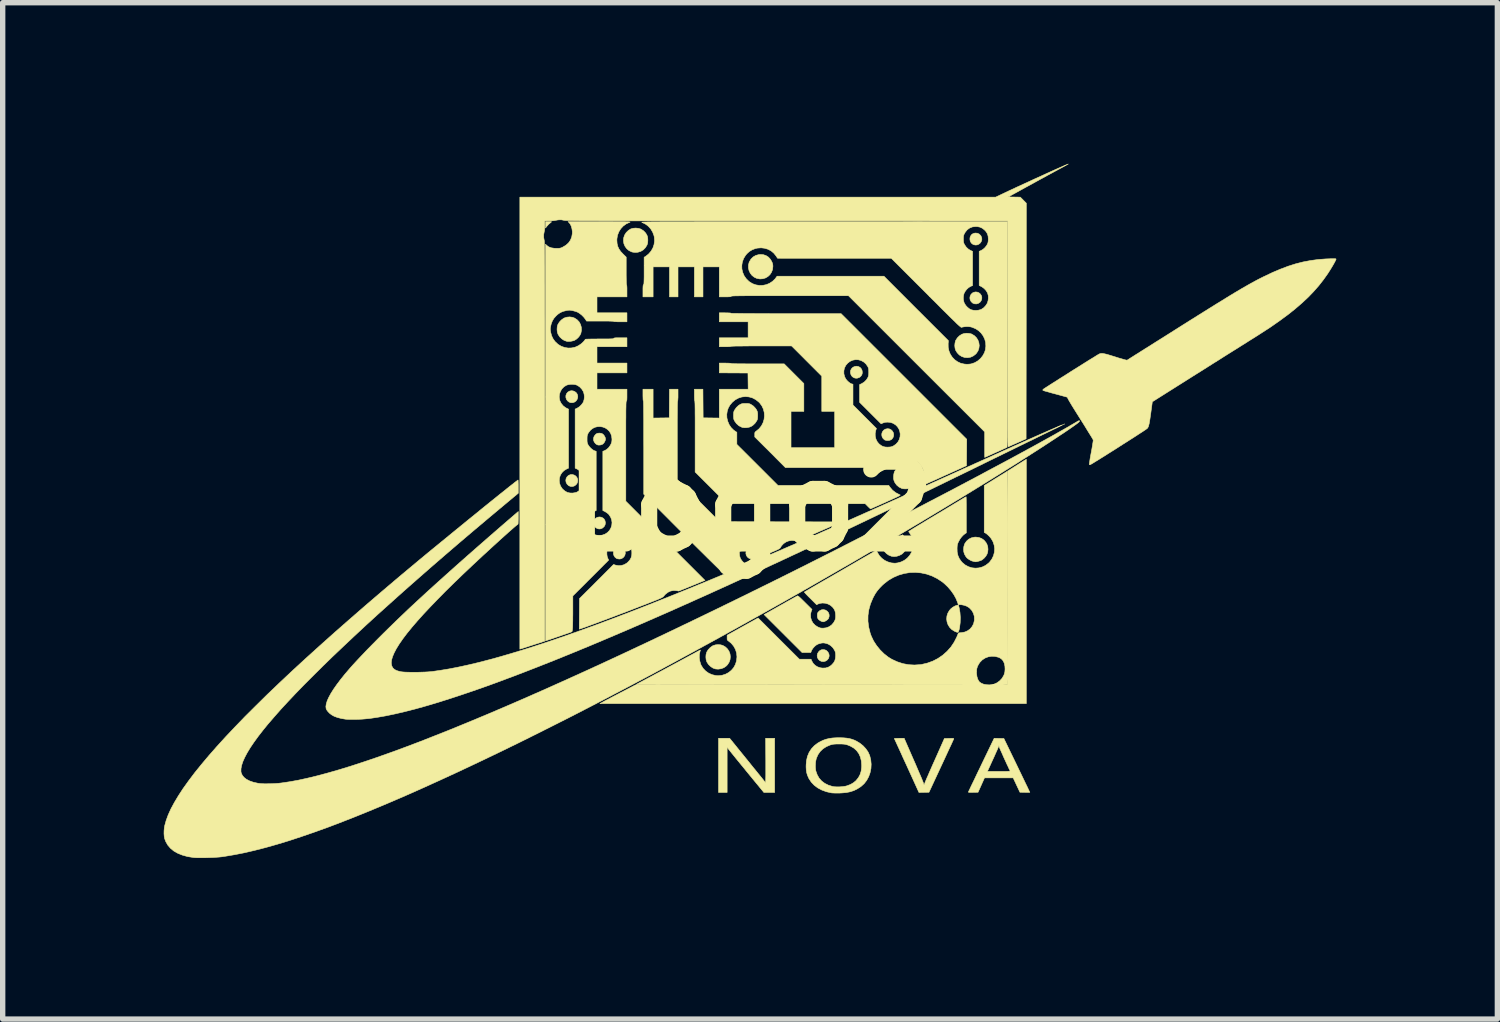
<source format=kicad_pcb>
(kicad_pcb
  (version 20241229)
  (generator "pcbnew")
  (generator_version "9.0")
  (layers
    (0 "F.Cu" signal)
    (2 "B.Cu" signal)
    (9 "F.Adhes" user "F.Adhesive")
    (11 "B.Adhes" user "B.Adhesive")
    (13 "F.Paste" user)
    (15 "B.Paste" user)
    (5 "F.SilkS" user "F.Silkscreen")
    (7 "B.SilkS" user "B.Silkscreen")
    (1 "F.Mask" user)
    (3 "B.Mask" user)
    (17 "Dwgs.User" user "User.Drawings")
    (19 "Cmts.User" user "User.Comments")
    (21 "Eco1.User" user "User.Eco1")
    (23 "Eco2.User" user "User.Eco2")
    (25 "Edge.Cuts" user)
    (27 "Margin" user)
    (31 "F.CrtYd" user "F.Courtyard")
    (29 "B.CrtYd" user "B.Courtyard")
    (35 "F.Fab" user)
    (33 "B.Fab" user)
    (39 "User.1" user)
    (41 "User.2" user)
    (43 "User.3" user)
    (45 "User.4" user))
  (footprint "Logo2"
    (layer "F.Cu")
    (at 10.929 6.384)
    (property "Reference" "Logo2" (at 0 0 0) (layer "F.SilkS") (effects (font (size 1.524 1.524) (thickness 0.3))))
    (attr through_hole)
    (fp_poly (pts (xy 5.835 -1.528) (xy 5.831 -1.524) (xy 5.827 -1.528) (xy 5.831 -1.531) (xy 5.835 -1.528)) (stroke (width 0.01) (type solid)) (fill yes) (layer "F.SilkS"))
    (fp_poly (pts (xy 5.849 -1.535) (xy 5.846 -1.531) (xy 5.842 -1.535) (xy 5.846 -1.539) (xy 5.849 -1.535)) (stroke (width 0.01) (type solid)) (fill yes) (layer "F.SilkS"))
    (fp_poly (pts (xy -3.729 -5.305) (xy -3.712 -5.304) (xy -3.706 -5.302) (xy -3.709 -5.298) (xy -3.716 -5.293) (xy -3.76 -5.256) (xy -3.796 -5.215) (xy -3.817 -5.187) (xy -3.817 -5.305) (xy -3.758 -5.305) (xy -3.729 -5.305)) (stroke (width 0.01) (type solid)) (fill yes) (layer "F.SilkS"))
    (fp_poly (pts (xy -3.305 -2.153) (xy -3.274 -2.141) (xy -3.247 -2.121) (xy -3.228 -2.094) (xy -3.218 -2.06) (xy -3.217 -2.037) (xy -3.227 -1.999) (xy -3.247 -1.968) (xy -3.275 -1.946) (xy -3.308 -1.934) (xy -3.345 -1.933) (xy -3.379 -1.945) (xy -3.408 -1.967) (xy -3.429 -1.998) (xy -3.439 -2.033) (xy -3.438 -2.069) (xy -3.425 -2.103) (xy -3.401 -2.131) (xy -3.371 -2.149) (xy -3.338 -2.156) (xy -3.305 -2.153)) (stroke (width 0.01) (type solid)) (fill yes) (layer "F.SilkS"))
    (fp_poly (pts (xy 0.066 0.763) (xy 0.083 0.771) (xy 0.111 0.795) (xy 0.129 0.825) (xy 0.137 0.859) (xy 0.134 0.894) (xy 0.122 0.927) (xy 0.099 0.954) (xy 0.077 0.968) (xy 0.039 0.978) (xy 0.000314 0.976) (xy -0.03 0.964) (xy -0.059 0.94) (xy -0.078 0.909) (xy -0.086 0.875) (xy -0.083 0.84) (xy -0.071 0.812) (xy -0.042 0.78) (xy -0.008 0.761) (xy 0.028 0.755) (xy 0.066 0.763)) (stroke (width 0.01) (type solid)) (fill yes) (layer "F.SilkS"))
    (fp_poly (pts (xy -3.283 -0.585) (xy -3.254 -0.567) (xy -3.232 -0.54) (xy -3.219 -0.508) (xy -3.217 -0.474) (xy -3.227 -0.437) (xy -3.248 -0.407) (xy -3.276 -0.385) (xy -3.309 -0.373) (xy -3.344 -0.372) (xy -3.379 -0.384) (xy -3.385 -0.387) (xy -3.414 -0.413) (xy -3.433 -0.445) (xy -3.44 -0.48) (xy -3.436 -0.515) (xy -3.42 -0.548) (xy -3.394 -0.575) (xy -3.386 -0.58) (xy -3.352 -0.594) (xy -3.317 -0.595) (xy -3.283 -0.585)) (stroke (width 0.01) (type solid)) (fill yes) (layer "F.SilkS"))
    (fp_poly (pts (xy -2.42 0.758) (xy -2.388 0.771) (xy -2.388 0.771) (xy -2.355 0.8) (xy -2.336 0.833) (xy -2.331 0.87) (xy -2.34 0.908) (xy -2.343 0.916) (xy -2.366 0.947) (xy -2.397 0.969) (xy -2.432 0.979) (xy -2.47 0.976) (xy -2.495 0.968) (xy -2.523 0.946) (xy -2.543 0.916) (xy -2.553 0.881) (xy -2.552 0.844) (xy -2.542 0.813) (xy -2.519 0.785) (xy -2.489 0.766) (xy -2.454 0.756) (xy -2.42 0.758)) (stroke (width 0.01) (type solid)) (fill yes) (layer "F.SilkS"))
    (fp_poly (pts (xy 1.385 2.67) (xy 1.411 2.681) (xy 1.413 2.682) (xy 1.443 2.712) (xy 1.461 2.747) (xy 1.466 2.784) (xy 1.457 2.821) (xy 1.453 2.83) (xy 1.429 2.86) (xy 1.398 2.88) (xy 1.362 2.889) (xy 1.325 2.886) (xy 1.291 2.871) (xy 1.263 2.844) (xy 1.246 2.811) (xy 1.242 2.776) (xy 1.249 2.74) (xy 1.269 2.707) (xy 1.295 2.682) (xy 1.32 2.67) (xy 1.352 2.666) (xy 1.385 2.67)) (stroke (width 0.01) (type solid)) (fill yes) (layer "F.SilkS"))
    (fp_poly (pts (xy 2.012 -2.606) (xy 2.042 -2.59) (xy 2.064 -2.565) (xy 2.078 -2.535) (xy 2.083 -2.502) (xy 2.08 -2.469) (xy 2.066 -2.439) (xy 2.042 -2.413) (xy 2.024 -2.402) (xy 1.986 -2.389) (xy 1.949 -2.391) (xy 1.927 -2.399) (xy 1.899 -2.416) (xy 1.881 -2.437) (xy 1.868 -2.464) (xy 1.861 -2.502) (xy 1.866 -2.537) (xy 1.883 -2.568) (xy 1.909 -2.593) (xy 1.943 -2.608) (xy 1.975 -2.613) (xy 2.012 -2.606)) (stroke (width 0.01) (type solid)) (fill yes) (layer "F.SilkS"))
    (fp_poly (pts (xy 4.221 -3.994) (xy 4.253 -3.982) (xy 4.279 -3.961) (xy 4.299 -3.933) (xy 4.309 -3.901) (xy 4.308 -3.865) (xy 4.297 -3.834) (xy 4.275 -3.804) (xy 4.244 -3.783) (xy 4.209 -3.773) (xy 4.173 -3.775) (xy 4.14 -3.788) (xy 4.137 -3.79) (xy 4.109 -3.817) (xy 4.092 -3.849) (xy 4.086 -3.884) (xy 4.092 -3.919) (xy 4.108 -3.951) (xy 4.135 -3.977) (xy 4.149 -3.985) (xy 4.186 -3.996) (xy 4.221 -3.994)) (stroke (width 0.01) (type solid)) (fill yes) (layer "F.SilkS"))
    (fp_poly (pts (xy -2.783 0.199) (xy -2.753 0.212) (xy -2.727 0.234) (xy -2.71 0.264) (xy -2.702 0.303) (xy -2.708 0.341) (xy -2.725 0.373) (xy -2.753 0.399) (xy -2.767 0.407) (xy -2.795 0.417) (xy -2.819 0.419) (xy -2.845 0.414) (xy -2.848 0.413) (xy -2.88 0.397) (xy -2.905 0.369) (xy -2.92 0.335) (xy -2.925 0.303) (xy -2.919 0.267) (xy -2.902 0.237) (xy -2.878 0.215) (xy -2.848 0.201) (xy -2.816 0.195) (xy -2.783 0.199)) (stroke (width 0.01) (type solid)) (fill yes) (layer "F.SilkS"))
    (fp_poly (pts (xy 2.586 -1.445) (xy 2.616 -1.431) (xy 2.64 -1.409) (xy 2.658 -1.381) (xy 2.667 -1.35) (xy 2.666 -1.317) (xy 2.656 -1.285) (xy 2.634 -1.255) (xy 2.621 -1.245) (xy 2.595 -1.233) (xy 2.562 -1.228) (xy 2.529 -1.23) (xy 2.5 -1.239) (xy 2.498 -1.241) (xy 2.47 -1.266) (xy 2.452 -1.297) (xy 2.445 -1.331) (xy 2.448 -1.366) (xy 2.462 -1.398) (xy 2.485 -1.424) (xy 2.514 -1.441) (xy 2.552 -1.449) (xy 2.586 -1.445)) (stroke (width 0.01) (type solid)) (fill yes) (layer "F.SilkS"))
    (fp_poly (pts (xy 4.227 -5.09) (xy 4.261 -5.074) (xy 4.289 -5.046) (xy 4.295 -5.036) (xy 4.308 -5.001) (xy 4.309 -4.966) (xy 4.298 -4.934) (xy 4.279 -4.906) (xy 4.252 -4.885) (xy 4.221 -4.872) (xy 4.186 -4.87) (xy 4.149 -4.88) (xy 4.145 -4.882) (xy 4.117 -4.903) (xy 4.097 -4.933) (xy 4.088 -4.967) (xy 4.088 -5.002) (xy 4.099 -5.036) (xy 4.12 -5.065) (xy 4.131 -5.074) (xy 4.152 -5.084) (xy 4.179 -5.092) (xy 4.188 -5.093) (xy 4.227 -5.09)) (stroke (width 0.01) (type solid)) (fill yes) (layer "F.SilkS"))
    (fp_poly (pts (xy -2.782 -1.363) (xy -2.757 -1.353) (xy -2.736 -1.335) (xy -2.717 -1.308) (xy -2.704 -1.279) (xy -2.7 -1.255) (xy -2.705 -1.231) (xy -2.717 -1.203) (xy -2.735 -1.178) (xy -2.753 -1.161) (xy -2.754 -1.16) (xy -2.788 -1.147) (xy -2.823 -1.143) (xy -2.848 -1.147) (xy -2.868 -1.157) (xy -2.886 -1.17) (xy -2.911 -1.202) (xy -2.924 -1.238) (xy -2.923 -1.275) (xy -2.91 -1.311) (xy -2.884 -1.342) (xy -2.873 -1.352) (xy -2.847 -1.363) (xy -2.815 -1.367) (xy -2.782 -1.363)) (stroke (width 0.01) (type solid)) (fill yes) (layer "F.SilkS"))
    (fp_poly (pts (xy 1.395 1.929) (xy 1.427 1.949) (xy 1.45 1.974) (xy 1.463 2.006) (xy 1.466 2.042) (xy 1.457 2.077) (xy 1.45 2.091) (xy 1.432 2.11) (xy 1.407 2.128) (xy 1.38 2.142) (xy 1.356 2.148) (xy 1.353 2.148) (xy 1.338 2.145) (xy 1.317 2.137) (xy 1.306 2.132) (xy 1.275 2.111) (xy 1.255 2.087) (xy 1.246 2.056) (xy 1.245 2.032) (xy 1.246 2.002) (xy 1.253 1.98) (xy 1.26 1.969) (xy 1.289 1.941) (xy 1.323 1.925) (xy 1.359 1.921) (xy 1.395 1.929)) (stroke (width 0.01) (type solid)) (fill yes) (layer "F.SilkS"))
    (fp_poly (pts (xy 3.886 1.884) (xy 3.902 1.974) (xy 3.909 2.069) (xy 3.906 2.166) (xy 3.894 2.259) (xy 3.886 2.296) (xy 3.878 2.322) (xy 3.869 2.338) (xy 3.857 2.344) (xy 3.838 2.34) (xy 3.81 2.328) (xy 3.797 2.322) (xy 3.747 2.29) (xy 3.708 2.249) (xy 3.679 2.201) (xy 3.661 2.149) (xy 3.654 2.095) (xy 3.659 2.04) (xy 3.676 1.987) (xy 3.705 1.937) (xy 3.73 1.908) (xy 3.768 1.877) (xy 3.81 1.853) (xy 3.851 1.839) (xy 3.873 1.835) (xy 3.886 1.884)) (stroke (width 0.01) (type solid)) (fill yes) (layer "F.SilkS"))
    (fp_poly (pts (xy 2.854 0.552) (xy 2.885 0.6) (xy 2.904 0.652) (xy 2.91 0.706) (xy 2.903 0.76) (xy 2.885 0.811) (xy 2.855 0.855) (xy 2.82 0.887) (xy 2.775 0.911) (xy 2.726 0.927) (xy 2.676 0.933) (xy 2.629 0.927) (xy 2.627 0.927) (xy 2.577 0.907) (xy 2.533 0.877) (xy 2.498 0.841) (xy 2.473 0.8) (xy 2.466 0.782) (xy 2.461 0.763) (xy 2.463 0.751) (xy 2.468 0.745) (xy 2.477 0.739) (xy 2.496 0.726) (xy 2.525 0.709) (xy 2.561 0.687) (xy 2.603 0.662) (xy 2.649 0.635) (xy 2.656 0.631) (xy 2.833 0.527) (xy 2.854 0.552)) (stroke (width 0.01) (type solid)) (fill yes) (layer "F.SilkS"))
    (fp_poly (pts (xy -0.555 2.577) (xy -0.514 2.589) (xy -0.465 2.618) (xy -0.427 2.655) (xy -0.399 2.699) (xy -0.381 2.748) (xy -0.375 2.798) (xy -0.38 2.85) (xy -0.397 2.899) (xy -0.426 2.945) (xy -0.452 2.972) (xy -0.496 3.003) (xy -0.547 3.022) (xy -0.602 3.03) (xy -0.652 3.026) (xy -0.698 3.01) (xy -0.742 2.981) (xy -0.781 2.944) (xy -0.81 2.9) (xy -0.815 2.889) (xy -0.827 2.85) (xy -0.831 2.805) (xy -0.828 2.759) (xy -0.817 2.719) (xy -0.815 2.713) (xy -0.789 2.67) (xy -0.753 2.631) (xy -0.711 2.6) (xy -0.699 2.593) (xy -0.654 2.578) (xy -0.605 2.573) (xy -0.555 2.577)) (stroke (width 0.01) (type solid)) (fill yes) (layer "F.SilkS"))
    (fp_poly (pts (xy 0.236 -4.691) (xy 0.288 -4.674) (xy 0.334 -4.645) (xy 0.371 -4.604) (xy 0.393 -4.567) (xy 0.407 -4.537) (xy 0.414 -4.512) (xy 0.417 -4.485) (xy 0.417 -4.467) (xy 0.41 -4.411) (xy 0.391 -4.362) (xy 0.362 -4.318) (xy 0.324 -4.283) (xy 0.28 -4.257) (xy 0.23 -4.242) (xy 0.176 -4.238) (xy 0.122 -4.248) (xy 0.119 -4.248) (xy 0.07 -4.271) (xy 0.028 -4.304) (xy -0.004 -4.345) (xy -0.027 -4.393) (xy -0.038 -4.444) (xy -0.038 -4.496) (xy -0.025 -4.548) (xy -0.02 -4.559) (xy 0.01 -4.609) (xy 0.05 -4.648) (xy 0.098 -4.676) (xy 0.152 -4.691) (xy 0.178 -4.694) (xy 0.236 -4.691)) (stroke (width 0.01) (type solid)) (fill yes) (layer "F.SilkS"))
    (fp_poly (pts (xy 4.07 -3.224) (xy 4.112 -3.215) (xy 4.123 -3.21) (xy 4.171 -3.181) (xy 4.209 -3.143) (xy 4.237 -3.099) (xy 4.254 -3.05) (xy 4.261 -2.999) (xy 4.255 -2.948) (xy 4.238 -2.898) (xy 4.208 -2.853) (xy 4.194 -2.838) (xy 4.15 -2.804) (xy 4.1 -2.781) (xy 4.047 -2.772) (xy 3.992 -2.775) (xy 3.939 -2.792) (xy 3.937 -2.793) (xy 3.889 -2.823) (xy 3.85 -2.864) (xy 3.822 -2.909) (xy 3.81 -2.949) (xy 3.805 -2.995) (xy 3.809 -3.042) (xy 3.819 -3.084) (xy 3.824 -3.095) (xy 3.853 -3.14) (xy 3.892 -3.179) (xy 3.937 -3.208) (xy 3.977 -3.221) (xy 4.023 -3.227) (xy 4.07 -3.224)) (stroke (width 0.01) (type solid)) (fill yes) (layer "F.SilkS"))
    (fp_poly (pts (xy -3.316 -3.524) (xy -3.278 -3.51) (xy -3.23 -3.479) (xy -3.192 -3.439) (xy -3.166 -3.391) (xy -3.151 -3.339) (xy -3.148 -3.283) (xy -3.159 -3.226) (xy -3.16 -3.222) (xy -3.179 -3.185) (xy -3.207 -3.149) (xy -3.241 -3.118) (xy -3.277 -3.095) (xy -3.291 -3.089) (xy -3.349 -3.076) (xy -3.402 -3.074) (xy -3.424 -3.077) (xy -3.471 -3.094) (xy -3.514 -3.122) (xy -3.553 -3.159) (xy -3.582 -3.203) (xy -3.587 -3.214) (xy -3.599 -3.253) (xy -3.603 -3.298) (xy -3.6 -3.344) (xy -3.59 -3.384) (xy -3.587 -3.39) (xy -3.561 -3.433) (xy -3.525 -3.472) (xy -3.483 -3.503) (xy -3.471 -3.51) (xy -3.422 -3.526) (xy -3.369 -3.531) (xy -3.316 -3.524)) (stroke (width 0.01) (type solid)) (fill yes) (layer "F.SilkS"))
    (fp_poly (pts (xy -2.088 -5.181) (xy -2.044 -5.168) (xy -2.038 -5.165) (xy -1.991 -5.134) (xy -1.952 -5.093) (xy -1.928 -5.052) (xy -1.919 -5.027) (xy -1.914 -4.998) (xy -1.912 -4.96) (xy -1.914 -4.923) (xy -1.919 -4.894) (xy -1.928 -4.869) (xy -1.958 -4.82) (xy -1.997 -4.78) (xy -2.044 -4.752) (xy -2.096 -4.736) (xy -2.137 -4.732) (xy -2.168 -4.734) (xy -2.196 -4.738) (xy -2.215 -4.743) (xy -2.265 -4.768) (xy -2.306 -4.803) (xy -2.337 -4.846) (xy -2.358 -4.895) (xy -2.366 -4.947) (xy -2.363 -5) (xy -2.346 -5.052) (xy -2.345 -5.055) (xy -2.315 -5.102) (xy -2.274 -5.142) (xy -2.229 -5.17) (xy -2.186 -5.182) (xy -2.138 -5.186) (xy -2.088 -5.181)) (stroke (width 0.01) (type solid)) (fill yes) (layer "F.SilkS"))
    (fp_poly (pts (xy 2.925 -0.779) (xy 2.95 -0.776) (xy 2.973 -0.768) (xy 2.991 -0.76) (xy 3.038 -0.729) (xy 3.077 -0.688) (xy 3.101 -0.647) (xy 3.113 -0.607) (xy 3.118 -0.561) (xy 3.115 -0.514) (xy 3.105 -0.471) (xy 3.097 -0.453) (xy 3.074 -0.418) (xy 3.043 -0.385) (xy 3.008 -0.357) (xy 2.973 -0.339) (xy 2.97 -0.338) (xy 2.936 -0.331) (xy 2.896 -0.328) (xy 2.855 -0.329) (xy 2.821 -0.335) (xy 2.814 -0.338) (xy 2.765 -0.363) (xy 2.722 -0.4) (xy 2.689 -0.446) (xy 2.671 -0.489) (xy 2.665 -0.522) (xy 2.665 -0.563) (xy 2.67 -0.604) (xy 2.679 -0.64) (xy 2.684 -0.652) (xy 2.717 -0.7) (xy 2.759 -0.739) (xy 2.793 -0.76) (xy 2.818 -0.771) (xy 2.841 -0.777) (xy 2.867 -0.78) (xy 2.892 -0.78) (xy 2.925 -0.779)) (stroke (width 0.01) (type solid)) (fill yes) (layer "F.SilkS"))
    (fp_poly (pts (xy 4.253 0.577) (xy 4.305 0.596) (xy 4.35 0.628) (xy 4.386 0.671) (xy 4.404 0.703) (xy 4.419 0.748) (xy 4.424 0.797) (xy 4.419 0.846) (xy 4.407 0.886) (xy 4.384 0.926) (xy 4.351 0.964) (xy 4.315 0.993) (xy 4.308 0.998) (xy 4.289 1.006) (xy 4.263 1.015) (xy 4.235 1.023) (xy 4.209 1.028) (xy 4.191 1.03) (xy 4.188 1.03) (xy 4.179 1.028) (xy 4.161 1.024) (xy 4.153 1.023) (xy 4.114 1.011) (xy 4.075 0.99) (xy 4.04 0.965) (xy 4.026 0.951) (xy 4.01 0.93) (xy 3.994 0.902) (xy 3.986 0.887) (xy 3.973 0.845) (xy 3.969 0.797) (xy 3.974 0.748) (xy 3.987 0.704) (xy 3.991 0.694) (xy 4.023 0.647) (xy 4.064 0.61) (xy 4.113 0.585) (xy 4.168 0.572) (xy 4.195 0.57) (xy 4.253 0.577)) (stroke (width 0.01) (type solid)) (fill yes) (layer "F.SilkS"))
    (fp_poly (pts (xy -0.058 4.725) (xy -0.004 4.792) (xy 0.047 4.856) (xy 0.096 4.915) (xy 0.14 4.97) (xy 0.18 5.019) (xy 0.214 5.061) (xy 0.241 5.095) (xy 0.262 5.121) (xy 0.275 5.137) (xy 0.279 5.142) (xy 0.281 5.14) (xy 0.282 5.126) (xy 0.283 5.101) (xy 0.284 5.064) (xy 0.285 5.014) (xy 0.285 4.952) (xy 0.285 4.876) (xy 0.285 4.787) (xy 0.285 4.735) (xy 0.282 4.318) (xy 0.45 4.318) (xy 0.45 5.327) (xy 0.25 5.327) (xy -0.073 4.934) (xy -0.127 4.867) (xy -0.179 4.804) (xy -0.228 4.744) (xy -0.273 4.689) (xy -0.313 4.639) (xy -0.348 4.596) (xy -0.376 4.561) (xy -0.398 4.534) (xy -0.411 4.517) (xy -0.415 4.511) (xy -0.435 4.481) (xy -0.435 4.904) (xy -0.435 5.327) (xy -0.595 5.327) (xy -0.595 4.318) (xy -0.388 4.318) (xy -0.058 4.725)) (stroke (width 0.01) (type solid)) (fill yes) (layer "F.SilkS"))
    (fp_poly (pts (xy -0.056 -1.919) (xy -0.031 -1.916) (xy -0.012 -1.911) (xy 0.007 -1.902) (xy 0.055 -1.87) (xy 0.094 -1.828) (xy 0.115 -1.796) (xy 0.124 -1.776) (xy 0.13 -1.757) (xy 0.133 -1.735) (xy 0.134 -1.704) (xy 0.134 -1.695) (xy 0.133 -1.66) (xy 0.131 -1.635) (xy 0.126 -1.615) (xy 0.117 -1.597) (xy 0.085 -1.55) (xy 0.044 -1.511) (xy 0.011 -1.49) (xy -0.024 -1.477) (xy -0.065 -1.469) (xy -0.107 -1.467) (xy -0.145 -1.471) (xy -0.161 -1.476) (xy -0.215 -1.503) (xy -0.26 -1.542) (xy -0.296 -1.592) (xy -0.299 -1.599) (xy -0.308 -1.617) (xy -0.313 -1.637) (xy -0.315 -1.662) (xy -0.316 -1.695) (xy -0.315 -1.728) (xy -0.313 -1.752) (xy -0.308 -1.772) (xy -0.299 -1.791) (xy -0.296 -1.796) (xy -0.264 -1.842) (xy -0.222 -1.882) (xy -0.189 -1.902) (xy -0.169 -1.911) (xy -0.15 -1.916) (xy -0.125 -1.919) (xy -0.091 -1.919) (xy -0.056 -1.919)) (stroke (width 0.01) (type solid)) (fill yes) (layer "F.SilkS"))
    (fp_poly (pts (xy 2.863 4.318) (xy 3.033 4.708) (xy 3.065 4.78) (xy 3.095 4.85) (xy 3.123 4.916) (xy 3.149 4.976) (xy 3.172 5.029) (xy 3.191 5.074) (xy 3.205 5.11) (xy 3.215 5.134) (xy 3.219 5.145) (xy 3.227 5.17) (xy 3.233 5.182) (xy 3.236 5.183) (xy 3.239 5.175) (xy 3.24 5.17) (xy 3.244 5.159) (xy 3.253 5.137) (xy 3.267 5.103) (xy 3.285 5.06) (xy 3.308 5.009) (xy 3.333 4.95) (xy 3.362 4.885) (xy 3.392 4.816) (xy 3.425 4.743) (xy 3.429 4.734) (xy 3.612 4.322) (xy 3.701 4.32) (xy 3.738 4.319) (xy 3.763 4.319) (xy 3.777 4.32) (xy 3.785 4.323) (xy 3.786 4.327) (xy 3.785 4.331) (xy 3.782 4.339) (xy 3.772 4.36) (xy 3.758 4.391) (xy 3.739 4.433) (xy 3.715 4.484) (xy 3.688 4.542) (xy 3.658 4.607) (xy 3.625 4.678) (xy 3.59 4.754) (xy 3.553 4.833) (xy 3.325 5.323) (xy 3.231 5.325) (xy 3.138 5.327) (xy 2.911 4.828) (xy 2.874 4.748) (xy 2.839 4.672) (xy 2.807 4.6) (xy 2.777 4.535) (xy 2.75 4.476) (xy 2.727 4.426) (xy 2.708 4.384) (xy 2.693 4.353) (xy 2.684 4.332) (xy 2.68 4.324) (xy 2.68 4.323) (xy 2.686 4.321) (xy 2.703 4.32) (xy 2.73 4.319) (xy 2.764 4.318) (xy 2.77 4.318) (xy 2.863 4.318)) (stroke (width 0.01) (type solid)) (fill yes) (layer "F.SilkS"))
    (fp_poly (pts (xy 4.72 4.322) (xy 4.962 4.822) (xy 5 4.901) (xy 5.037 4.977) (xy 5.071 5.048) (xy 5.102 5.113) (xy 5.13 5.171) (xy 5.155 5.222) (xy 5.174 5.263) (xy 5.189 5.295) (xy 5.199 5.315) (xy 5.203 5.324) (xy 5.203 5.324) (xy 5.197 5.325) (xy 5.178 5.326) (xy 5.15 5.326) (xy 5.116 5.325) (xy 5.111 5.325) (xy 5.019 5.323) (xy 4.893 5.055) (xy 4.359 5.055) (xy 4.299 5.189) (xy 4.239 5.323) (xy 4.147 5.325) (xy 4.106 5.326) (xy 4.078 5.325) (xy 4.062 5.323) (xy 4.058 5.319) (xy 4.058 5.319) (xy 4.062 5.311) (xy 4.071 5.292) (xy 4.086 5.261) (xy 4.105 5.22) (xy 4.129 5.17) (xy 4.157 5.113) (xy 4.188 5.048) (xy 4.221 4.978) (xy 4.242 4.935) (xy 4.413 4.935) (xy 4.627 4.935) (xy 4.688 4.935) (xy 4.736 4.935) (xy 4.773 4.934) (xy 4.8 4.933) (xy 4.818 4.932) (xy 4.829 4.931) (xy 4.834 4.928) (xy 4.835 4.925) (xy 4.834 4.922) (xy 4.826 4.905) (xy 4.813 4.879) (xy 4.797 4.843) (xy 4.777 4.802) (xy 4.756 4.756) (xy 4.734 4.708) (xy 4.712 4.66) (xy 4.692 4.613) (xy 4.673 4.571) (xy 4.656 4.534) (xy 4.644 4.506) (xy 4.636 4.487) (xy 4.634 4.481) (xy 4.625 4.452) (xy 4.619 4.474) (xy 4.617 4.482) (xy 4.611 4.496) (xy 4.603 4.516) (xy 4.591 4.543) (xy 4.575 4.578) (xy 4.555 4.623) (xy 4.531 4.677) (xy 4.501 4.742) (xy 4.466 4.819) (xy 4.437 4.882) (xy 4.413 4.935) (xy 4.242 4.935) (xy 4.258 4.902) (xy 4.296 4.823) (xy 4.3 4.814) (xy 4.539 4.318) (xy 4.72 4.322)) (stroke (width 0.01) (type solid)) (fill yes) (layer "F.SilkS"))
    (fp_poly (pts (xy 1.726 4.309) (xy 1.786 4.314) (xy 1.839 4.322) (xy 1.887 4.335) (xy 1.934 4.352) (xy 1.972 4.37) (xy 2.037 4.409) (xy 2.097 4.457) (xy 2.148 4.512) (xy 2.19 4.572) (xy 2.218 4.634) (xy 2.22 4.637) (xy 2.24 4.718) (xy 2.248 4.8) (xy 2.244 4.881) (xy 2.228 4.959) (xy 2.201 5.034) (xy 2.164 5.102) (xy 2.117 5.163) (xy 2.06 5.214) (xy 2.051 5.221) (xy 1.988 5.261) (xy 1.925 5.292) (xy 1.857 5.314) (xy 1.784 5.329) (xy 1.701 5.336) (xy 1.662 5.338) (xy 1.619 5.338) (xy 1.577 5.338) (xy 1.541 5.337) (xy 1.514 5.335) (xy 1.506 5.334) (xy 1.413 5.313) (xy 1.329 5.282) (xy 1.253 5.242) (xy 1.187 5.192) (xy 1.132 5.134) (xy 1.088 5.067) (xy 1.082 5.054) (xy 1.061 5.006) (xy 1.047 4.959) (xy 1.039 4.908) (xy 1.036 4.855) (xy 1.209 4.855) (xy 1.214 4.907) (xy 1.218 4.928) (xy 1.243 4.998) (xy 1.278 5.06) (xy 1.325 5.113) (xy 1.383 5.157) (xy 1.451 5.191) (xy 1.528 5.215) (xy 1.568 5.221) (xy 1.617 5.223) (xy 1.67 5.222) (xy 1.723 5.217) (xy 1.77 5.21) (xy 1.796 5.203) (xy 1.863 5.178) (xy 1.918 5.146) (xy 1.965 5.107) (xy 1.969 5.102) (xy 2.011 5.05) (xy 2.041 4.994) (xy 2.061 4.93) (xy 2.07 4.858) (xy 2.071 4.822) (xy 2.065 4.74) (xy 2.047 4.667) (xy 2.018 4.603) (xy 1.978 4.548) (xy 1.927 4.502) (xy 1.864 4.465) (xy 1.811 4.443) (xy 1.786 4.436) (xy 1.764 4.43) (xy 1.741 4.427) (xy 1.713 4.425) (xy 1.677 4.424) (xy 1.647 4.424) (xy 1.604 4.424) (xy 1.571 4.426) (xy 1.546 4.428) (xy 1.524 4.432) (xy 1.501 4.438) (xy 1.484 4.443) (xy 1.412 4.474) (xy 1.349 4.515) (xy 1.297 4.565) (xy 1.256 4.625) (xy 1.227 4.692) (xy 1.225 4.699) (xy 1.215 4.745) (xy 1.209 4.799) (xy 1.209 4.855) (xy 1.036 4.855) (xy 1.036 4.849) (xy 1.036 4.83) (xy 1.042 4.739) (xy 1.061 4.656) (xy 1.092 4.581) (xy 1.135 4.514) (xy 1.19 4.455) (xy 1.256 4.405) (xy 1.299 4.381) (xy 1.355 4.354) (xy 1.41 4.335) (xy 1.468 4.321) (xy 1.532 4.312) (xy 1.605 4.308) (xy 1.655 4.307) (xy 1.726 4.309)) (stroke (width 0.01) (type solid)) (fill yes) (layer "F.SilkS"))
    (fp_poly (pts (xy -1.814 -1.647) (xy -1.664 -1.649) (xy -1.513 -1.651) (xy -1.511 -1.918) (xy -1.509 -2.184) (xy -1.35 -2.184) (xy -1.35 -2.076) (xy -1.35 -2.034) (xy -1.352 -2) (xy -1.354 -1.976) (xy -1.356 -1.964) (xy -1.357 -1.963) (xy -1.358 -1.955) (xy -1.36 -1.932) (xy -1.361 -1.896) (xy -1.362 -1.845) (xy -1.362 -1.78) (xy -1.363 -1.701) (xy -1.364 -1.609) (xy -1.364 -1.503) (xy -1.364 -1.384) (xy -1.364 -1.251) (xy -1.364 -1.231) (xy -1.364 -0.504) (xy -0.577 0.283) (xy 1.694 0.287) (xy 1.625 0.316) (xy 1.605 0.325) (xy 1.573 0.339) (xy 1.531 0.357) (xy 1.48 0.38) (xy 1.423 0.405) (xy 1.36 0.432) (xy 1.293 0.461) (xy 1.225 0.492) (xy 1.213 0.497) (xy 0.869 0.647) (xy 0.826 0.638) (xy 0.769 0.633) (xy 0.713 0.641) (xy 0.662 0.661) (xy 0.616 0.692) (xy 0.578 0.733) (xy 0.562 0.758) (xy 0.557 0.768) (xy 0.55 0.776) (xy 0.539 0.784) (xy 0.524 0.794) (xy 0.501 0.805) (xy 0.469 0.82) (xy 0.427 0.838) (xy 0.408 0.846) (xy 0.366 0.864) (xy 0.329 0.88) (xy 0.299 0.893) (xy 0.277 0.902) (xy 0.266 0.907) (xy 0.265 0.907) (xy 0.264 0.901) (xy 0.262 0.883) (xy 0.26 0.859) (xy 0.26 0.858) (xy 0.25 0.8) (xy 0.227 0.747) (xy 0.192 0.702) (xy 0.147 0.667) (xy 0.123 0.654) (xy 0.081 0.64) (xy 0.032 0.634) (xy -0.016 0.637) (xy -0.06 0.648) (xy -0.067 0.651) (xy -0.11 0.678) (xy -0.15 0.715) (xy -0.181 0.757) (xy -0.187 0.768) (xy -0.198 0.793) (xy -0.204 0.816) (xy -0.206 0.842) (xy -0.207 0.867) (xy -0.202 0.92) (xy -0.189 0.965) (xy -0.164 1.005) (xy -0.14 1.032) (xy -0.107 1.066) (xy -0.131 1.076) (xy -0.145 1.082) (xy -0.169 1.092) (xy -0.203 1.106) (xy -0.244 1.124) (xy -0.29 1.143) (xy -0.331 1.16) (xy -0.378 1.18) (xy -0.421 1.198) (xy -0.459 1.213) (xy -0.488 1.224) (xy -0.508 1.231) (xy -0.516 1.234) (xy -0.522 1.229) (xy -0.538 1.214) (xy -0.563 1.19) (xy -0.596 1.158) (xy -0.638 1.117) (xy -0.687 1.069) (xy -0.742 1.015) (xy -0.804 0.954) (xy -0.871 0.887) (xy -0.943 0.816) (xy -1.02 0.74) (xy -1.1 0.66) (xy -1.183 0.576) (xy -1.257 0.503) (xy -1.988 -0.229) (xy -1.988 -1.098) (xy -1.989 -1.247) (xy -1.989 -1.382) (xy -1.989 -1.504) (xy -1.989 -1.611) (xy -1.99 -1.705) (xy -1.991 -1.784) (xy -1.991 -1.849) (xy -1.992 -1.9) (xy -1.993 -1.937) (xy -1.994 -1.959) (xy -1.996 -1.967) (xy -1.996 -1.967) (xy -1.999 -1.974) (xy -2.001 -1.994) (xy -2.002 -2.026) (xy -2.003 -2.069) (xy -2.003 -2.076) (xy -2.003 -2.184) (xy -1.814 -2.184) (xy -1.814 -1.647)) (stroke (width 0.01) (type solid)) (fill yes) (layer "F.SilkS"))
    (fp_poly (pts (xy 5.915 -6.376) (xy 5.898 -6.366) (xy 5.872 -6.352) (xy 5.838 -6.333) (xy 5.796 -6.31) (xy 5.749 -6.285) (xy 5.716 -6.267) (xy 5.662 -6.238) (xy 5.606 -6.207) (xy 5.544 -6.174) (xy 5.478 -6.137) (xy 5.405 -6.098) (xy 5.325 -6.054) (xy 5.237 -6.005) (xy 5.139 -5.952) (xy 5.03 -5.892) (xy 4.911 -5.826) (xy 4.888 -5.814) (xy 4.801 -5.766) (xy 5.026 -5.762) (xy 5.082 -5.706) (xy 5.138 -5.649) (xy 5.136 -3.455) (xy 5.134 -1.261) (xy 4.975 -1.189) (xy 4.93 -1.169) (xy 4.888 -1.151) (xy 4.853 -1.135) (xy 4.826 -1.123) (xy 4.808 -1.116) (xy 4.803 -1.113) (xy 4.801 -1.113) (xy 4.8 -1.115) (xy 4.799 -1.117) (xy 4.798 -1.122) (xy 4.797 -1.13) (xy 4.796 -1.14) (xy 4.795 -1.155) (xy 4.795 -1.173) (xy 4.794 -1.196) (xy 4.793 -1.224) (xy 4.793 -1.257) (xy 4.792 -1.297) (xy 4.792 -1.343) (xy 4.792 -1.396) (xy 4.791 -1.457) (xy 4.791 -1.526) (xy 4.791 -1.603) (xy 4.79 -1.689) (xy 4.79 -1.784) (xy 4.79 -1.89) (xy 4.79 -2.006) (xy 4.79 -2.133) (xy 4.79 -2.271) (xy 4.79 -2.422) (xy 4.79 -2.584) (xy 4.79 -2.76) (xy 4.79 -2.949) (xy 4.79 -3.152) (xy 4.79 -5.319) (xy 0.677 -5.32) (xy 0.382 -5.32) (xy 0.101 -5.32) (xy -0.166 -5.32) (xy -0.42 -5.32) (xy -0.66 -5.32) (xy -0.888 -5.32) (xy -1.103 -5.32) (xy -1.306 -5.32) (xy -1.497 -5.32) (xy -1.677 -5.32) (xy -1.846 -5.32) (xy -2.004 -5.32) (xy -2.152 -5.32) (xy -2.289 -5.321) (xy -2.417 -5.321) (xy -2.536 -5.321) (xy -2.646 -5.321) (xy -2.746 -5.321) (xy -2.839 -5.322) (xy -2.924 -5.322) (xy -3.001 -5.322) (xy -3.07 -5.323) (xy -3.133 -5.323) (xy -3.189 -5.323) (xy -3.239 -5.324) (xy -3.283 -5.324) (xy -3.321 -5.325) (xy -3.354 -5.325) (xy -3.382 -5.326) (xy -3.406 -5.326) (xy -3.426 -5.327) (xy -3.441 -5.328) (xy -3.453 -5.328) (xy -3.462 -5.329) (xy -3.468 -5.33) (xy -3.472 -5.33) (xy -3.523 -5.34) (xy -3.579 -5.339) (xy -3.629 -5.33) (xy -3.657 -5.325) (xy -3.696 -5.321) (xy -3.74 -5.32) (xy -3.75 -5.32) (xy -3.832 -5.319) (xy -3.832 -5.234) (xy -3.833 -5.183) (xy -3.837 -5.141) (xy -3.843 -5.113) (xy -3.852 -5.064) (xy -3.852 -5.01) (xy -3.843 -4.961) (xy -3.843 -4.96) (xy -3.842 -4.956) (xy -3.841 -4.949) (xy -3.84 -4.94) (xy -3.84 -4.927) (xy -3.839 -4.911) (xy -3.838 -4.891) (xy -3.838 -4.867) (xy -3.837 -4.838) (xy -3.837 -4.804) (xy -3.836 -4.764) (xy -3.836 -4.719) (xy -3.835 -4.667) (xy -3.835 -4.609) (xy -3.835 -4.544) (xy -3.834 -4.472) (xy -3.834 -4.393) (xy -3.834 -4.305) (xy -3.834 -4.209) (xy -3.833 -4.104) (xy -3.833 -3.991) (xy -3.833 -3.868) (xy -3.833 -3.735) (xy -3.833 -3.592) (xy -3.832 -3.439) (xy -3.832 -3.275) (xy -3.832 -3.099) (xy -3.832 -2.912) (xy -3.832 -2.713) (xy -3.832 -2.502) (xy -3.832 -2.278) (xy -3.832 -2.041) (xy -3.832 -1.791) (xy -3.832 -1.527) (xy -3.832 -1.249) (xy -3.832 -1.208) (xy -3.832 2.508) (xy -4.048 2.578) (xy -4.102 2.595) (xy -4.152 2.612) (xy -4.196 2.626) (xy -4.233 2.638) (xy -4.26 2.646) (xy -4.277 2.651) (xy -4.28 2.652) (xy -4.296 2.657) (xy -4.296 -5.762) (xy 4.567 -5.762) (xy 4.746 -5.847) (xy 4.811 -5.878) (xy 4.883 -5.911) (xy 4.959 -5.947) (xy 5.039 -5.983) (xy 5.12 -6.021) (xy 5.204 -6.059) (xy 5.287 -6.098) (xy 5.37 -6.135) (xy 5.451 -6.172) (xy 5.529 -6.208) (xy 5.602 -6.241) (xy 5.671 -6.272) (xy 5.734 -6.3) (xy 5.789 -6.324) (xy 5.836 -6.345) (xy 5.873 -6.361) (xy 5.901 -6.372) (xy 5.916 -6.378) (xy 5.919 -6.379) (xy 5.915 -6.376)) (stroke (width 0.01) (type solid)) (fill yes) (layer "F.SilkS"))
    (fp_poly (pts (xy 10.88 -4.615) (xy 10.896 -4.614) (xy 10.904 -4.612) (xy 10.907 -4.608) (xy 10.907 -4.607) (xy 10.904 -4.595) (xy 10.893 -4.573) (xy 10.877 -4.542) (xy 10.856 -4.505) (xy 10.832 -4.464) (xy 10.806 -4.421) (xy 10.778 -4.377) (xy 10.752 -4.336) (xy 10.671 -4.222) (xy 10.584 -4.111) (xy 10.488 -4.002) (xy 10.385 -3.895) (xy 10.271 -3.789) (xy 10.147 -3.682) (xy 10.013 -3.575) (xy 9.865 -3.466) (xy 9.705 -3.354) (xy 9.661 -3.324) (xy 9.627 -3.302) (xy 9.583 -3.274) (xy 9.531 -3.24) (xy 9.472 -3.202) (xy 9.409 -3.162) (xy 9.344 -3.121) (xy 9.278 -3.08) (xy 9.238 -3.054) (xy 9.192 -3.025) (xy 9.135 -2.99) (xy 9.068 -2.947) (xy 8.992 -2.9) (xy 8.909 -2.848) (xy 8.82 -2.792) (xy 8.726 -2.732) (xy 8.628 -2.671) (xy 8.527 -2.607) (xy 8.426 -2.543) (xy 8.324 -2.479) (xy 8.223 -2.416) (xy 8.214 -2.41) (xy 7.485 -1.95) (xy 7.458 -1.75) (xy 7.448 -1.68) (xy 7.44 -1.624) (xy 7.432 -1.578) (xy 7.426 -1.542) (xy 7.419 -1.515) (xy 7.413 -1.493) (xy 7.406 -1.477) (xy 7.398 -1.464) (xy 7.39 -1.453) (xy 7.381 -1.447) (xy 7.362 -1.433) (xy 7.332 -1.413) (xy 7.293 -1.387) (xy 7.246 -1.357) (xy 7.193 -1.322) (xy 7.134 -1.284) (xy 7.071 -1.244) (xy 7.004 -1.201) (xy 6.934 -1.157) (xy 6.864 -1.112) (xy 6.794 -1.067) (xy 6.724 -1.023) (xy 6.657 -0.981) (xy 6.593 -0.94) (xy 6.533 -0.903) (xy 6.479 -0.869) (xy 6.431 -0.84) (xy 6.391 -0.815) (xy 6.36 -0.796) (xy 6.338 -0.784) (xy 6.328 -0.779) (xy 6.328 -0.778) (xy 6.315 -0.779) (xy 6.311 -0.782) (xy 6.311 -0.791) (xy 6.314 -0.812) (xy 6.319 -0.844) (xy 6.325 -0.885) (xy 6.333 -0.932) (xy 6.343 -0.985) (xy 6.347 -1.006) (xy 6.357 -1.061) (xy 6.366 -1.112) (xy 6.373 -1.157) (xy 6.379 -1.193) (xy 6.383 -1.22) (xy 6.384 -1.236) (xy 6.384 -1.238) (xy 6.38 -1.247) (xy 6.369 -1.267) (xy 6.351 -1.297) (xy 6.327 -1.336) (xy 6.298 -1.382) (xy 6.265 -1.436) (xy 6.229 -1.495) (xy 6.189 -1.559) (xy 6.146 -1.626) (xy 6.14 -1.636) (xy 6.085 -1.724) (xy 6.038 -1.799) (xy 5.998 -1.863) (xy 5.966 -1.916) (xy 5.941 -1.958) (xy 5.923 -1.99) (xy 5.912 -2.011) (xy 5.907 -2.023) (xy 5.907 -2.025) (xy 5.91 -2.027) (xy 5.91 -2.029) (xy 5.907 -2.031) (xy 5.899 -2.035) (xy 5.885 -2.04) (xy 5.864 -2.046) (xy 5.834 -2.054) (xy 5.794 -2.065) (xy 5.743 -2.079) (xy 5.68 -2.096) (xy 5.661 -2.101) (xy 5.608 -2.115) (xy 5.56 -2.129) (xy 5.518 -2.141) (xy 5.484 -2.15) (xy 5.46 -2.158) (xy 5.448 -2.162) (xy 5.447 -2.163) (xy 5.446 -2.173) (xy 5.45 -2.18) (xy 5.457 -2.186) (xy 5.476 -2.199) (xy 5.505 -2.218) (xy 5.543 -2.242) (xy 5.589 -2.272) (xy 5.641 -2.305) (xy 5.7 -2.342) (xy 5.762 -2.382) (xy 5.829 -2.424) (xy 5.897 -2.467) (xy 5.967 -2.512) (xy 6.037 -2.556) (xy 6.106 -2.599) (xy 6.173 -2.641) (xy 6.236 -2.681) (xy 6.295 -2.718) (xy 6.349 -2.751) (xy 6.397 -2.78) (xy 6.436 -2.805) (xy 6.467 -2.824) (xy 6.489 -2.836) (xy 6.499 -2.842) (xy 6.514 -2.847) (xy 6.53 -2.85) (xy 6.549 -2.851) (xy 6.571 -2.849) (xy 6.599 -2.843) (xy 6.635 -2.835) (xy 6.679 -2.822) (xy 6.734 -2.805) (xy 6.796 -2.786) (xy 6.862 -2.765) (xy 6.915 -2.75) (xy 6.956 -2.738) (xy 6.986 -2.73) (xy 7.005 -2.726) (xy 7.016 -2.726) (xy 7.017 -2.727) (xy 7.025 -2.731) (xy 7.044 -2.743) (xy 7.073 -2.762) (xy 7.113 -2.787) (xy 7.163 -2.819) (xy 7.221 -2.855) (xy 7.287 -2.897) (xy 7.361 -2.944) (xy 7.442 -2.994) (xy 7.528 -3.049) (xy 7.619 -3.106) (xy 7.716 -3.167) (xy 7.816 -3.23) (xy 7.903 -3.285) (xy 8.059 -3.384) (xy 8.204 -3.475) (xy 8.338 -3.559) (xy 8.461 -3.636) (xy 8.575 -3.707) (xy 8.679 -3.772) (xy 8.776 -3.831) (xy 8.864 -3.886) (xy 8.946 -3.936) (xy 9.02 -3.981) (xy 9.09 -4.022) (xy 9.153 -4.06) (xy 9.213 -4.094) (xy 9.268 -4.126) (xy 9.32 -4.155) (xy 9.37 -4.182) (xy 9.417 -4.208) (xy 9.463 -4.232) (xy 9.508 -4.255) (xy 9.554 -4.278) (xy 9.569 -4.285) (xy 9.725 -4.359) (xy 9.874 -4.422) (xy 10.017 -4.476) (xy 10.156 -4.52) (xy 10.294 -4.555) (xy 10.432 -4.581) (xy 10.571 -4.6) (xy 10.715 -4.611) (xy 10.771 -4.613) (xy 10.82 -4.615) (xy 10.855 -4.615) (xy 10.88 -4.615)) (stroke (width 0.01) (type solid)) (fill yes) (layer "F.SilkS"))
    (fp_poly (pts (xy 5.817 -1.522) (xy 5.812 -1.519) (xy 5.794 -1.509) (xy 5.767 -1.496) (xy 5.732 -1.478) (xy 5.69 -1.457) (xy 5.643 -1.435) (xy 5.629 -1.428) (xy 5.597 -1.412) (xy 5.553 -1.391) (xy 5.498 -1.364) (xy 5.433 -1.333) (xy 5.36 -1.297) (xy 5.279 -1.257) (xy 5.192 -1.215) (xy 5.1 -1.17) (xy 5.003 -1.123) (xy 4.904 -1.074) (xy 4.803 -1.025) (xy 4.701 -0.975) (xy 4.695 -0.972) (xy 4.459 -0.857) (xy 4.235 -0.747) (xy 4.023 -0.643) (xy 3.82 -0.545) (xy 3.628 -0.451) (xy 3.444 -0.361) (xy 3.267 -0.275) (xy 3.098 -0.193) (xy 2.935 -0.114) (xy 2.777 -0.038) (xy 2.623 0.036) (xy 2.473 0.109) (xy 2.325 0.18) (xy 2.179 0.25) (xy 2.034 0.319) (xy 2.007 0.332) (xy 1.524 0.562) (xy 1.053 0.784) (xy 0.595 0.998) (xy 0.149 1.205) (xy -0.285 1.405) (xy -0.707 1.597) (xy -1.116 1.781) (xy -1.513 1.958) (xy -1.899 2.127) (xy -2.272 2.289) (xy -2.633 2.443) (xy -2.982 2.59) (xy -3.319 2.729) (xy -3.644 2.861) (xy -3.957 2.985) (xy -4.258 3.102) (xy -4.547 3.211) (xy -4.825 3.314) (xy -5.09 3.408) (xy -5.344 3.495) (xy -5.586 3.575) (xy -5.817 3.648) (xy -6.035 3.713) (xy -6.242 3.771) (xy -6.438 3.821) (xy -6.621 3.864) (xy -6.794 3.9) (xy -6.954 3.928) (xy -7.103 3.95) (xy -7.119 3.951) (xy -7.17 3.956) (xy -7.228 3.961) (xy -7.29 3.964) (xy -7.353 3.966) (xy -7.413 3.966) (xy -7.468 3.966) (xy -7.514 3.964) (xy -7.544 3.962) (xy -7.62 3.949) (xy -7.692 3.931) (xy -7.754 3.908) (xy -7.763 3.903) (xy -7.802 3.881) (xy -7.839 3.853) (xy -7.87 3.821) (xy -7.893 3.79) (xy -7.904 3.767) (xy -7.909 3.727) (xy -7.902 3.679) (xy -7.885 3.622) (xy -7.856 3.557) (xy -7.817 3.485) (xy -7.767 3.405) (xy -7.706 3.318) (xy -7.636 3.225) (xy -7.555 3.124) (xy -7.464 3.018) (xy -7.462 3.015) (xy -7.396 2.941) (xy -7.32 2.859) (xy -7.235 2.769) (xy -7.143 2.672) (xy -7.044 2.571) (xy -6.94 2.466) (xy -6.831 2.357) (xy -6.72 2.248) (xy -6.606 2.137) (xy -6.491 2.027) (xy -6.377 1.918) (xy -6.343 1.886) (xy -6.194 1.748) (xy -6.036 1.602) (xy -5.866 1.448) (xy -5.686 1.286) (xy -5.496 1.116) (xy -5.294 0.937) (xy -5.081 0.75) (xy -4.857 0.554) (xy -4.622 0.35) (xy -4.483 0.23) (xy -4.325 0.094) (xy -4.325 0.214) (xy -4.326 0.257) (xy -4.327 0.291) (xy -4.328 0.317) (xy -4.331 0.33) (xy -4.332 0.332) (xy -4.339 0.336) (xy -4.354 0.348) (xy -4.379 0.368) (xy -4.414 0.398) (xy -4.457 0.436) (xy -4.511 0.483) (xy -4.574 0.54) (xy -4.648 0.606) (xy -4.731 0.682) (xy -4.774 0.721) (xy -4.978 0.908) (xy -5.17 1.087) (xy -5.352 1.259) (xy -5.523 1.424) (xy -5.682 1.58) (xy -5.829 1.73) (xy -5.965 1.871) (xy -6.09 2.004) (xy -6.203 2.13) (xy -6.304 2.247) (xy -6.311 2.256) (xy -6.4 2.365) (xy -6.477 2.467) (xy -6.542 2.561) (xy -6.596 2.648) (xy -6.637 2.726) (xy -6.667 2.797) (xy -6.685 2.859) (xy -6.691 2.914) (xy -6.684 2.96) (xy -6.677 2.979) (xy -6.658 3.011) (xy -6.63 3.036) (xy -6.592 3.056) (xy -6.543 3.071) (xy -6.51 3.078) (xy -6.479 3.082) (xy -6.437 3.085) (xy -6.385 3.087) (xy -6.326 3.088) (xy -6.262 3.088) (xy -6.196 3.088) (xy -6.131 3.086) (xy -6.068 3.084) (xy -6.011 3.081) (xy -5.962 3.077) (xy -5.936 3.075) (xy -5.781 3.053) (xy -5.617 3.026) (xy -5.442 2.992) (xy -5.258 2.952) (xy -5.064 2.906) (xy -4.86 2.853) (xy -4.646 2.794) (xy -4.422 2.728) (xy -4.187 2.656) (xy -3.941 2.577) (xy -3.685 2.492) (xy -3.418 2.4) (xy -3.14 2.301) (xy -2.85 2.196) (xy -2.55 2.084) (xy -2.238 1.965) (xy -1.914 1.839) (xy -1.579 1.706) (xy -1.232 1.566) (xy -0.872 1.419) (xy -0.501 1.265) (xy -0.118 1.104) (xy 0.278 0.935) (xy 0.352 0.904) (xy 0.517 0.833) (xy 0.683 0.761) (xy 0.85 0.689) (xy 1.02 0.615) (xy 1.194 0.539) (xy 1.371 0.461) (xy 1.553 0.381) (xy 1.741 0.298) (xy 1.935 0.212) (xy 2.137 0.122) (xy 2.346 0.029) (xy 2.563 -0.068) (xy 2.791 -0.17) (xy 3.028 -0.277) (xy 3.276 -0.389) (xy 3.536 -0.506) (xy 3.774 -0.613) (xy 3.994 -0.713) (xy 4.202 -0.807) (xy 4.396 -0.894) (xy 4.578 -0.976) (xy 4.746 -1.052) (xy 4.902 -1.122) (xy 5.046 -1.186) (xy 5.176 -1.245) (xy 5.295 -1.298) (xy 5.401 -1.345) (xy 5.495 -1.386) (xy 5.576 -1.422) (xy 5.646 -1.452) (xy 5.703 -1.477) (xy 5.749 -1.497) (xy 5.783 -1.511) (xy 5.805 -1.519) (xy 5.816 -1.522) (xy 5.817 -1.522)) (stroke (width 0.01) (type solid)) (fill yes) (layer "F.SilkS"))
    (fp_poly (pts (xy 6.128 -1.597) (xy 6.131 -1.59) (xy 6.122 -1.577) (xy 6.12 -1.575) (xy 6.101 -1.558) (xy 6.071 -1.535) (xy 6.029 -1.505) (xy 5.977 -1.468) (xy 5.916 -1.426) (xy 5.845 -1.378) (xy 5.766 -1.326) (xy 5.68 -1.269) (xy 5.587 -1.208) (xy 5.488 -1.143) (xy 5.383 -1.075) (xy 5.274 -1.005) (xy 5.16 -0.932) (xy 5.043 -0.858) (xy 4.924 -0.782) (xy 4.802 -0.706) (xy 4.679 -0.629) (xy 4.556 -0.552) (xy 4.432 -0.475) (xy 4.333 -0.414) (xy 3.947 -0.177) (xy 3.554 0.06) (xy 3.155 0.3) (xy 2.751 0.54) (xy 2.342 0.78) (xy 1.931 1.021) (xy 1.516 1.26) (xy 1.101 1.499) (xy 0.684 1.736) (xy 0.268 1.97) (xy -0.148 2.202) (xy -0.561 2.431) (xy -0.972 2.656) (xy -1.378 2.877) (xy -1.78 3.094) (xy -2.177 3.305) (xy -2.567 3.51) (xy -2.949 3.71) (xy -3.323 3.903) (xy -3.689 4.088) (xy -4.044 4.266) (xy -4.336 4.411) (xy -4.714 4.595) (xy -5.08 4.77) (xy -5.434 4.937) (xy -5.777 5.095) (xy -6.108 5.245) (xy -6.428 5.387) (xy -6.737 5.52) (xy -7.035 5.645) (xy -7.322 5.762) (xy -7.598 5.871) (xy -7.863 5.972) (xy -8.118 6.064) (xy -8.362 6.148) (xy -8.595 6.225) (xy -8.819 6.293) (xy -9.031 6.353) (xy -9.234 6.405) (xy -9.426 6.45) (xy -9.609 6.486) (xy -9.781 6.515) (xy -9.848 6.525) (xy -9.894 6.53) (xy -9.949 6.534) (xy -10.01 6.538) (xy -10.076 6.54) (xy -10.142 6.542) (xy -10.206 6.543) (xy -10.266 6.543) (xy -10.319 6.542) (xy -10.361 6.54) (xy -10.378 6.538) (xy -10.485 6.521) (xy -10.582 6.494) (xy -10.667 6.46) (xy -10.741 6.418) (xy -10.803 6.367) (xy -10.853 6.309) (xy -10.891 6.243) (xy -10.912 6.187) (xy -10.92 6.145) (xy -10.924 6.094) (xy -10.923 6.039) (xy -10.918 5.984) (xy -10.912 5.949) (xy -10.885 5.851) (xy -10.847 5.747) (xy -10.796 5.634) (xy -10.732 5.515) (xy -10.656 5.388) (xy -10.568 5.253) (xy -10.467 5.112) (xy -10.354 4.962) (xy -10.228 4.806) (xy -10.09 4.642) (xy -9.94 4.471) (xy -9.777 4.292) (xy -9.601 4.106) (xy -9.414 3.912) (xy -9.213 3.712) (xy -9.001 3.503) (xy -8.776 3.288) (xy -8.539 3.065) (xy -8.289 2.835) (xy -8.027 2.598) (xy -7.753 2.353) (xy -7.466 2.101) (xy -7.167 1.841) (xy -6.855 1.574) (xy -6.532 1.3) (xy -6.23 1.048) (xy -6.163 0.992) (xy -6.089 0.931) (xy -6.011 0.866) (xy -5.928 0.798) (xy -5.841 0.727) (xy -5.751 0.653) (xy -5.659 0.578) (xy -5.565 0.501) (xy -5.47 0.423) (xy -5.374 0.345) (xy -5.279 0.267) (xy -5.184 0.19) (xy -5.091 0.115) (xy -5.001 0.041) (xy -4.913 -0.03) (xy -4.829 -0.098) (xy -4.749 -0.162) (xy -4.674 -0.223) (xy -4.604 -0.278) (xy -4.541 -0.329) (xy -4.485 -0.374) (xy -4.436 -0.412) (xy -4.396 -0.444) (xy -4.364 -0.468) (xy -4.342 -0.485) (xy -4.331 -0.493) (xy -4.329 -0.493) (xy -4.328 -0.487) (xy -4.327 -0.468) (xy -4.326 -0.439) (xy -4.325 -0.403) (xy -4.325 -0.37) (xy -4.325 -0.247) (xy -4.54 -0.068) (xy -4.838 0.181) (xy -5.129 0.426) (xy -5.413 0.667) (xy -5.688 0.903) (xy -5.956 1.135) (xy -6.216 1.363) (xy -6.468 1.585) (xy -6.71 1.802) (xy -6.945 2.013) (xy -7.17 2.219) (xy -7.386 2.42) (xy -7.592 2.614) (xy -7.789 2.801) (xy -7.976 2.983) (xy -8.152 3.158) (xy -8.319 3.325) (xy -8.475 3.486) (xy -8.62 3.64) (xy -8.754 3.785) (xy -8.876 3.924) (xy -8.988 4.054) (xy -9.077 4.163) (xy -9.168 4.28) (xy -9.248 4.39) (xy -9.317 4.492) (xy -9.374 4.586) (xy -9.42 4.673) (xy -9.455 4.751) (xy -9.478 4.821) (xy -9.49 4.883) (xy -9.491 4.936) (xy -9.486 4.962) (xy -9.466 5.007) (xy -9.433 5.047) (xy -9.388 5.082) (xy -9.33 5.112) (xy -9.261 5.136) (xy -9.181 5.154) (xy -9.163 5.157) (xy -9.118 5.162) (xy -9.062 5.165) (xy -8.998 5.165) (xy -8.929 5.164) (xy -8.858 5.161) (xy -8.789 5.156) (xy -8.73 5.149) (xy -8.582 5.127) (xy -8.421 5.098) (xy -8.248 5.06) (xy -8.063 5.015) (xy -7.866 4.962) (xy -7.657 4.902) (xy -7.436 4.834) (xy -7.204 4.758) (xy -6.959 4.675) (xy -6.703 4.584) (xy -6.436 4.486) (xy -6.156 4.38) (xy -5.866 4.266) (xy -5.564 4.146) (xy -5.25 4.017) (xy -4.926 3.882) (xy -4.59 3.739) (xy -4.243 3.589) (xy -3.884 3.431) (xy -3.515 3.266) (xy -3.135 3.094) (xy -2.744 2.915) (xy -2.342 2.728) (xy -1.929 2.534) (xy -1.506 2.333) (xy -1.072 2.125) (xy -0.627 1.91) (xy -0.172 1.688) (xy 0.293 1.459) (xy 0.461 1.376) (xy 0.674 1.27) (xy 0.892 1.161) (xy 1.113 1.05) (xy 1.337 0.937) (xy 1.563 0.823) (xy 1.79 0.707) (xy 2.019 0.59) (xy 2.248 0.473) (xy 2.477 0.355) (xy 2.705 0.237) (xy 2.931 0.12) (xy 3.156 0.003) (xy 3.378 -0.113) (xy 3.597 -0.227) (xy 3.812 -0.34) (xy 4.022 -0.451) (xy 4.228 -0.56) (xy 4.427 -0.667) (xy 4.621 -0.77) (xy 4.808 -0.87) (xy 4.987 -0.967) (xy 5.158 -1.06) (xy 5.321 -1.149) (xy 5.474 -1.234) (xy 5.617 -1.313) (xy 5.75 -1.388) (xy 5.872 -1.457) (xy 5.982 -1.521) (xy 6.08 -1.578) (xy 6.097 -1.589) (xy 6.116 -1.597) (xy 6.128 -1.597)) (stroke (width 0.01) (type solid)) (fill yes) (layer "F.SilkS"))
    (fp_poly (pts (xy -0.427 -3.606) (xy -0.394 -3.605) (xy -0.372 -3.603) (xy -0.363 -3.6) (xy -0.363 -3.6) (xy -0.356 -3.598) (xy -0.334 -3.597) (xy -0.298 -3.596) (xy -0.247 -3.596) (xy -0.182 -3.595) (xy -0.103 -3.594) (xy -0.01 -3.594) (xy 0.097 -3.593) (xy 0.219 -3.593) (xy 0.354 -3.592) (xy 0.504 -3.592) (xy 0.662 -3.592) (xy 1.687 -3.592) (xy 2.858 -2.422) (xy 4.028 -1.252) (xy 4.026 -1.006) (xy 4.024 -0.76) (xy 3.618 -0.577) (xy 3.546 -0.544) (xy 3.478 -0.513) (xy 3.415 -0.485) (xy 3.359 -0.46) (xy 3.309 -0.438) (xy 3.269 -0.42) (xy 3.238 -0.406) (xy 3.218 -0.398) (xy 3.21 -0.395) (xy 3.21 -0.395) (xy 3.211 -0.402) (xy 3.217 -0.418) (xy 3.223 -0.436) (xy 3.24 -0.499) (xy 3.243 -0.565) (xy 3.234 -0.63) (xy 3.213 -0.693) (xy 3.182 -0.751) (xy 3.14 -0.803) (xy 3.088 -0.845) (xy 3.039 -0.873) (xy 2.991 -0.891) (xy 2.939 -0.9) (xy 2.896 -0.903) (xy 2.823 -0.897) (xy 2.756 -0.878) (xy 2.696 -0.847) (xy 2.643 -0.804) (xy 2.604 -0.757) (xy 2.583 -0.726) (xy 0.649 -0.726) (xy 0.365 -1.011) (xy 0.08 -1.295) (xy 0.08 -1.34) (xy 0.08 -1.365) (xy 0.083 -1.38) (xy 0.091 -1.391) (xy 0.105 -1.402) (xy 0.109 -1.405) (xy 0.162 -1.449) (xy 0.204 -1.502) (xy 0.234 -1.56) (xy 0.253 -1.622) (xy 0.26 -1.686) (xy 0.256 -1.751) (xy 0.24 -1.814) (xy 0.212 -1.874) (xy 0.172 -1.928) (xy 0.153 -1.947) (xy 0.097 -1.991) (xy 0.036 -2.023) (xy -0.028 -2.041) (xy -0.094 -2.047) (xy -0.16 -2.04) (xy -0.223 -2.02) (xy -0.284 -1.987) (xy -0.338 -1.942) (xy -0.381 -1.891) (xy -0.413 -1.836) (xy -0.432 -1.78) (xy -0.442 -1.715) (xy -0.439 -1.649) (xy -0.423 -1.585) (xy -0.397 -1.524) (xy -0.361 -1.47) (xy -0.315 -1.424) (xy -0.286 -1.403) (xy -0.254 -1.382) (xy -0.254 -1.27) (xy -0.254 -1.157) (xy 0.129 -0.775) (xy 0.512 -0.392) (xy 2.576 -0.392) (xy 2.597 -0.361) (xy 2.644 -0.305) (xy 2.702 -0.259) (xy 2.768 -0.224) (xy 2.783 -0.218) (xy 2.787 -0.216) (xy 2.789 -0.213) (xy 2.787 -0.209) (xy 2.78 -0.204) (xy 2.767 -0.196) (xy 2.747 -0.186) (xy 2.718 -0.172) (xy 2.681 -0.155) (xy 2.633 -0.133) (xy 2.573 -0.106) (xy 2.522 -0.083) (xy 2.462 -0.056) (xy 2.406 -0.031) (xy 2.356 -0.009) (xy 2.313 0.01) (xy 2.278 0.026) (xy 2.252 0.037) (xy 2.238 0.043) (xy 2.235 0.044) (xy 2.229 0.039) (xy 2.215 0.026) (xy 2.195 0.007) (xy 2.184 -0.004) (xy 2.138 -0.051) (xy -0.439 -0.051) (xy -0.735 -0.347) (xy -1.031 -0.642) (xy -1.031 -1.305) (xy -1.031 -1.433) (xy -1.031 -1.549) (xy -1.031 -1.65) (xy -1.032 -1.737) (xy -1.032 -1.811) (xy -1.033 -1.87) (xy -1.034 -1.916) (xy -1.036 -1.947) (xy -1.037 -1.964) (xy -1.038 -1.967) (xy -1.041 -1.974) (xy -1.043 -1.994) (xy -1.044 -2.026) (xy -1.045 -2.069) (xy -1.045 -2.076) (xy -1.045 -2.184) (xy -0.886 -2.184) (xy -0.884 -1.918) (xy -0.882 -1.651) (xy -0.731 -1.649) (xy -0.581 -1.647) (xy -0.581 -2.184) (xy -0.043 -2.184) (xy -0.045 -2.335) (xy -0.047 -2.486) (xy -0.581 -2.489) (xy -0.581 -2.671) (xy -0.472 -2.671) (xy -0.43 -2.67) (xy -0.396 -2.669) (xy -0.372 -2.667) (xy -0.36 -2.664) (xy -0.359 -2.663) (xy -0.351 -2.662) (xy -0.328 -2.66) (xy -0.292 -2.659) (xy -0.242 -2.658) (xy -0.178 -2.657) (xy -0.1 -2.657) (xy -0.01 -2.656) (xy 0.093 -2.656) (xy 0.137 -2.656) (xy 0.628 -2.656) (xy 0.811 -2.473) (xy 0.994 -2.29) (xy 0.994 -1.771) (xy 0.755 -1.771) (xy 0.755 -1.096) (xy 1.568 -1.096) (xy 1.568 -1.771) (xy 1.328 -1.771) (xy 1.328 -2.428) (xy 1.231 -2.525) (xy 1.739 -2.525) (xy 1.74 -2.47) (xy 1.755 -2.415) (xy 1.773 -2.38) (xy 1.794 -2.351) (xy 1.821 -2.324) (xy 1.85 -2.301) (xy 1.877 -2.286) (xy 1.889 -2.282) (xy 1.909 -2.278) (xy 1.909 -1.891) (xy 2.127 -1.672) (xy 2.346 -1.453) (xy 2.333 -1.415) (xy 2.323 -1.362) (xy 2.324 -1.308) (xy 2.337 -1.255) (xy 2.36 -1.208) (xy 2.392 -1.168) (xy 2.394 -1.167) (xy 2.431 -1.137) (xy 2.467 -1.118) (xy 2.506 -1.108) (xy 2.553 -1.105) (xy 2.565 -1.106) (xy 2.602 -1.108) (xy 2.63 -1.114) (xy 2.655 -1.124) (xy 2.661 -1.127) (xy 2.708 -1.159) (xy 2.745 -1.199) (xy 2.771 -1.246) (xy 2.786 -1.298) (xy 2.789 -1.352) (xy 2.779 -1.407) (xy 2.766 -1.44) (xy 2.738 -1.485) (xy 2.703 -1.52) (xy 2.658 -1.548) (xy 2.649 -1.552) (xy 2.605 -1.566) (xy 2.556 -1.571) (xy 2.507 -1.568) (xy 2.467 -1.555) (xy 2.433 -1.54) (xy 2.032 -1.941) (xy 2.032 -2.27) (xy 2.071 -2.288) (xy 2.119 -2.318) (xy 2.159 -2.358) (xy 2.185 -2.399) (xy 2.194 -2.419) (xy 2.199 -2.439) (xy 2.202 -2.463) (xy 2.203 -2.497) (xy 2.203 -2.504) (xy 2.202 -2.537) (xy 2.2 -2.561) (xy 2.196 -2.58) (xy 2.189 -2.597) (xy 2.181 -2.612) (xy 2.148 -2.658) (xy 2.106 -2.694) (xy 2.059 -2.719) (xy 2.008 -2.733) (xy 1.956 -2.735) (xy 1.904 -2.725) (xy 1.854 -2.703) (xy 1.813 -2.672) (xy 1.775 -2.628) (xy 1.75 -2.578) (xy 1.739 -2.525) (xy 1.231 -2.525) (xy 1.047 -2.709) (xy 0.766 -2.99) (xy 0.201 -2.99) (xy 0.083 -2.99) (xy -0.021 -2.99) (xy -0.112 -2.989) (xy -0.189 -2.988) (xy -0.252 -2.988) (xy -0.301 -2.987) (xy -0.336 -2.985) (xy -0.357 -2.984) (xy -0.363 -2.983) (xy -0.37 -2.98) (xy -0.39 -2.977) (xy -0.423 -2.976) (xy -0.466 -2.975) (xy -0.472 -2.975) (xy -0.581 -2.975) (xy -0.581 -3.142) (xy -0.044 -3.142) (xy -0.044 -3.44) (xy -0.581 -3.44) (xy -0.581 -3.607) (xy -0.472 -3.607) (xy -0.427 -3.606)) (stroke (width 0.01) (type solid)) (fill yes) (layer "F.SilkS"))
    (fp_poly (pts (xy 4.781 -3.203) (xy 4.779 -1.102) (xy 4.572 -1.008) (xy 4.521 -0.985) (xy 4.475 -0.964) (xy 4.434 -0.946) (xy 4.402 -0.931) (xy 4.378 -0.921) (xy 4.365 -0.915) (xy 4.363 -0.914) (xy 4.363 -0.921) (xy 4.363 -0.941) (xy 4.362 -0.972) (xy 4.362 -1.012) (xy 4.362 -1.06) (xy 4.362 -1.115) (xy 4.362 -1.152) (xy 4.362 -1.39) (xy 3.093 -2.658) (xy 1.825 -3.926) (xy 0.735 -3.926) (xy 0.586 -3.926) (xy 0.452 -3.926) (xy 0.33 -3.926) (xy 0.222 -3.926) (xy 0.125 -3.926) (xy 0.039 -3.925) (xy -0.036 -3.925) (xy -0.102 -3.925) (xy -0.158 -3.924) (xy -0.206 -3.924) (xy -0.245 -3.923) (xy -0.278 -3.923) (xy -0.304 -3.922) (xy -0.324 -3.921) (xy -0.339 -3.92) (xy -0.35 -3.919) (xy -0.356 -3.917) (xy -0.36 -3.916) (xy -0.36 -3.915) (xy -0.364 -3.911) (xy -0.373 -3.908) (xy -0.39 -3.906) (xy -0.417 -3.905) (xy -0.455 -3.904) (xy -0.472 -3.904) (xy -0.581 -3.904) (xy -0.581 -4.463) (xy -0.885 -4.463) (xy -0.885 -3.904) (xy -1.045 -3.904) (xy -1.045 -4.463) (xy -1.35 -4.463) (xy -1.35 -3.904) (xy -1.509 -3.904) (xy -1.509 -4.463) (xy -1.814 -4.463) (xy -1.814 -3.904) (xy -2.003 -3.904) (xy -2.003 -4.016) (xy -2.003 -4.06) (xy -2.002 -4.091) (xy -2 -4.112) (xy -1.998 -4.124) (xy -1.994 -4.131) (xy -1.992 -4.132) (xy -1.989 -4.135) (xy -1.987 -4.141) (xy -1.985 -4.153) (xy -1.984 -4.172) (xy -1.983 -4.198) (xy -1.982 -4.234) (xy -1.981 -4.281) (xy -1.981 -4.34) (xy -1.981 -4.389) (xy -1.981 -4.49) (xy -0.162 -4.49) (xy -0.16 -4.424) (xy -0.145 -4.36) (xy -0.119 -4.299) (xy -0.08 -4.243) (xy -0.03 -4.193) (xy -0.02 -4.186) (xy 0.038 -4.15) (xy 0.1 -4.128) (xy 0.165 -4.117) (xy 0.231 -4.119) (xy 0.295 -4.132) (xy 0.355 -4.157) (xy 0.41 -4.193) (xy 0.458 -4.239) (xy 0.469 -4.254) (xy 0.495 -4.289) (xy 2.486 -4.289) (xy 3.086 -3.688) (xy 3.687 -3.088) (xy 3.682 -3.033) (xy 3.683 -2.963) (xy 3.697 -2.897) (xy 3.722 -2.836) (xy 3.758 -2.781) (xy 3.803 -2.734) (xy 3.856 -2.696) (xy 3.916 -2.668) (xy 3.981 -2.653) (xy 4.028 -2.649) (xy 4.06 -2.65) (xy 4.092 -2.653) (xy 4.115 -2.657) (xy 4.176 -2.678) (xy 4.233 -2.711) (xy 4.284 -2.755) (xy 4.326 -2.807) (xy 4.358 -2.865) (xy 4.375 -2.917) (xy 4.384 -2.986) (xy 4.38 -3.054) (xy 4.363 -3.118) (xy 4.334 -3.178) (xy 4.295 -3.231) (xy 4.246 -3.277) (xy 4.189 -3.313) (xy 4.125 -3.339) (xy 4.097 -3.346) (xy 4.061 -3.35) (xy 4.02 -3.351) (xy 3.979 -3.347) (xy 3.946 -3.341) (xy 3.936 -3.338) (xy 3.933 -3.337) (xy 3.929 -3.337) (xy 3.925 -3.338) (xy 3.919 -3.341) (xy 3.911 -3.347) (xy 3.9 -3.356) (xy 3.886 -3.368) (xy 3.868 -3.384) (xy 3.846 -3.404) (xy 3.82 -3.43) (xy 3.788 -3.461) (xy 3.75 -3.498) (xy 3.705 -3.542) (xy 3.654 -3.593) (xy 3.595 -3.651) (xy 3.528 -3.718) (xy 3.453 -3.794) (xy 3.387 -3.859) (xy 3.965 -3.859) (xy 3.976 -3.806) (xy 3.985 -3.785) (xy 4.009 -3.746) (xy 4.042 -3.71) (xy 4.08 -3.68) (xy 4.109 -3.665) (xy 4.15 -3.655) (xy 4.198 -3.652) (xy 4.245 -3.656) (xy 4.288 -3.667) (xy 4.298 -3.671) (xy 4.343 -3.7) (xy 4.381 -3.74) (xy 4.411 -3.786) (xy 4.411 -3.787) (xy 4.425 -3.831) (xy 4.431 -3.88) (xy 4.429 -3.929) (xy 4.417 -3.972) (xy 4.415 -3.978) (xy 4.389 -4.021) (xy 4.353 -4.06) (xy 4.312 -4.09) (xy 4.299 -4.097) (xy 4.26 -4.117) (xy 4.26 -4.753) (xy 4.295 -4.768) (xy 4.331 -4.789) (xy 4.366 -4.82) (xy 4.396 -4.857) (xy 4.414 -4.888) (xy 4.423 -4.913) (xy 4.428 -4.94) (xy 4.43 -4.975) (xy 4.43 -4.982) (xy 4.426 -5.036) (xy 4.412 -5.081) (xy 4.387 -5.121) (xy 4.359 -5.151) (xy 4.318 -5.183) (xy 4.275 -5.203) (xy 4.226 -5.213) (xy 4.195 -5.214) (xy 4.136 -5.208) (xy 4.084 -5.188) (xy 4.039 -5.156) (xy 4.002 -5.111) (xy 3.986 -5.085) (xy 3.976 -5.064) (xy 3.97 -5.045) (xy 3.967 -5.023) (xy 3.966 -4.993) (xy 3.966 -4.982) (xy 3.967 -4.948) (xy 3.969 -4.924) (xy 3.974 -4.905) (xy 3.983 -4.885) (xy 3.986 -4.879) (xy 4.02 -4.829) (xy 4.062 -4.791) (xy 4.098 -4.77) (xy 4.137 -4.752) (xy 4.137 -4.115) (xy 4.101 -4.1) (xy 4.063 -4.077) (xy 4.027 -4.044) (xy 3.997 -4.004) (xy 3.977 -3.966) (xy 3.965 -3.914) (xy 3.965 -3.859) (xy 3.387 -3.859) (xy 3.368 -3.878) (xy 3.274 -3.973) (xy 3.27 -3.977) (xy 2.623 -4.623) (xy 1.564 -4.623) (xy 0.504 -4.624) (xy 0.476 -4.667) (xy 0.435 -4.718) (xy 0.385 -4.76) (xy 0.327 -4.791) (xy 0.264 -4.81) (xy 0.198 -4.818) (xy 0.131 -4.813) (xy 0.09 -4.804) (xy 0.029 -4.78) (xy -0.022 -4.749) (xy -0.067 -4.708) (xy -0.091 -4.679) (xy -0.128 -4.619) (xy -0.151 -4.556) (xy -0.162 -4.49) (xy -1.981 -4.49) (xy -1.981 -4.642) (xy -1.945 -4.665) (xy -1.893 -4.708) (xy -1.85 -4.759) (xy -1.817 -4.817) (xy -1.796 -4.88) (xy -1.787 -4.946) (xy -1.791 -5.012) (xy -1.796 -5.04) (xy -1.821 -5.108) (xy -1.857 -5.169) (xy -1.903 -5.22) (xy -1.958 -5.261) (xy -2.019 -5.29) (xy -2.022 -5.291) (xy -2.024 -5.292) (xy -2.025 -5.293) (xy -2.023 -5.294) (xy -2.02 -5.295) (xy -2.015 -5.296) (xy -2.006 -5.297) (xy -1.995 -5.297) (xy -1.98 -5.298) (xy -1.961 -5.299) (xy -1.938 -5.299) (xy -1.909 -5.3) (xy -1.876 -5.3) (xy -1.838 -5.301) (xy -1.793 -5.301) (xy -1.743 -5.301) (xy -1.685 -5.302) (xy -1.621 -5.302) (xy -1.55 -5.302) (xy -1.47 -5.303) (xy -1.383 -5.303) (xy -1.287 -5.303) (xy -1.182 -5.303) (xy -1.068 -5.303) (xy -0.944 -5.304) (xy -0.81 -5.304) (xy -0.666 -5.304) (xy -0.511 -5.304) (xy -0.344 -5.304) (xy -0.166 -5.304) (xy 0.023 -5.304) (xy 0.226 -5.304) (xy 0.44 -5.304) (xy 0.668 -5.304) (xy 0.91 -5.304) (xy 1.165 -5.304) (xy 1.363 -5.304) (xy 4.782 -5.305) (xy 4.781 -3.203)) (stroke (width 0.01) (type solid)) (fill yes) (layer "F.SilkS"))
    (fp_poly (pts (xy 5.138 3.672) (xy -2.805 3.672) (xy -2.74 3.637) (xy -2.719 3.625) (xy -2.687 3.608) (xy -2.645 3.587) (xy -2.597 3.561) (xy -2.542 3.532) (xy -2.484 3.502) (xy -2.424 3.47) (xy -2.409 3.463) (xy -2.144 3.324) (xy 1.085 3.322) (xy 4.314 3.32) (xy 1.095 3.317) (xy -2.125 3.313) (xy -1.881 3.183) (xy -1.823 3.152) (xy -1.755 3.115) (xy -1.679 3.075) (xy -1.599 3.032) (xy -1.516 2.987) (xy -1.434 2.943) (xy -1.354 2.9) (xy -1.299 2.87) (xy -1.234 2.835) (xy -1.173 2.802) (xy -1.116 2.771) (xy -1.065 2.744) (xy -1.022 2.72) (xy -0.987 2.701) (xy -0.962 2.688) (xy -0.948 2.68) (xy -0.946 2.679) (xy -0.936 2.674) (xy -0.933 2.677) (xy -0.936 2.689) (xy -0.939 2.698) (xy -0.952 2.754) (xy -0.954 2.815) (xy -0.945 2.877) (xy -0.927 2.938) (xy -0.918 2.959) (xy -0.882 3.016) (xy -0.835 3.065) (xy -0.78 3.104) (xy -0.718 3.132) (xy -0.651 3.148) (xy -0.602 3.152) (xy -0.532 3.145) (xy -0.467 3.125) (xy -0.408 3.094) (xy -0.376 3.068) (xy 4.21 3.068) (xy 4.211 3.109) (xy 4.218 3.167) (xy 4.233 3.217) (xy 4.255 3.256) (xy 4.269 3.272) (xy 4.303 3.294) (xy 4.346 3.311) (xy 4.396 3.32) (xy 4.449 3.323) (xy 4.467 3.321) (xy 4.706 3.321) (xy 4.748 3.322) (xy 4.79 3.324) (xy 4.788 3.271) (xy 4.787 3.219) (xy 4.784 3.267) (xy 4.782 3.316) (xy 4.744 3.318) (xy 4.706 3.321) (xy 4.467 3.321) (xy 4.502 3.318) (xy 4.537 3.309) (xy 4.593 3.284) (xy 4.643 3.247) (xy 4.686 3.201) (xy 4.718 3.146) (xy 4.725 3.13) (xy 4.738 3.082) (xy 4.742 3.028) (xy 4.739 2.974) (xy 4.728 2.924) (xy 4.725 2.914) (xy 4.703 2.871) (xy 4.674 2.839) (xy 4.637 2.816) (xy 4.62 2.809) (xy 4.556 2.793) (xy 4.492 2.79) (xy 4.43 2.8) (xy 4.372 2.822) (xy 4.319 2.856) (xy 4.274 2.902) (xy 4.254 2.931) (xy 4.23 2.975) (xy 4.216 3.019) (xy 4.21 3.068) (xy -0.376 3.068) (xy -0.357 3.053) (xy -0.314 3.003) (xy -0.282 2.945) (xy -0.261 2.88) (xy -0.253 2.81) (xy -0.252 2.801) (xy -0.259 2.729) (xy -0.28 2.662) (xy -0.313 2.602) (xy -0.358 2.548) (xy -0.405 2.51) (xy -0.421 2.498) (xy -0.431 2.487) (xy -0.435 2.474) (xy -0.435 2.452) (xy -0.435 2.443) (xy -0.435 2.398) (xy -0.147 2.237) (xy 0.142 2.077) (xy 0.526 2.461) (xy 0.911 2.845) (xy 1.128 2.845) (xy 1.142 2.878) (xy 1.168 2.923) (xy 1.205 2.96) (xy 1.251 2.988) (xy 1.304 3.005) (xy 1.342 3.01) (xy 1.399 3.008) (xy 1.448 2.994) (xy 1.493 2.967) (xy 1.515 2.948) (xy 1.549 2.91) (xy 1.571 2.871) (xy 1.582 2.828) (xy 1.586 2.779) (xy 1.585 2.746) (xy 1.582 2.721) (xy 1.576 2.7) (xy 1.565 2.677) (xy 1.565 2.676) (xy 1.534 2.629) (xy 1.493 2.59) (xy 1.445 2.562) (xy 1.425 2.555) (xy 1.387 2.545) (xy 1.356 2.541) (xy 1.325 2.544) (xy 1.288 2.553) (xy 1.28 2.555) (xy 1.251 2.566) (xy 1.228 2.579) (xy 1.204 2.598) (xy 1.19 2.611) (xy 1.162 2.643) (xy 1.142 2.674) (xy 1.136 2.687) (xy 1.123 2.721) (xy 0.962 2.721) (xy 0.254 2.014) (xy 0.556 1.843) (xy 0.617 1.809) (xy 0.674 1.776) (xy 0.727 1.747) (xy 0.773 1.721) (xy 0.812 1.699) (xy 0.843 1.682) (xy 0.863 1.671) (xy 0.872 1.666) (xy 0.878 1.665) (xy 0.885 1.668) (xy 0.896 1.675) (xy 0.912 1.688) (xy 0.934 1.708) (xy 0.962 1.736) (xy 0.999 1.772) (xy 1.016 1.789) (xy 1.146 1.918) (xy 1.135 1.944) (xy 1.128 1.966) (xy 1.122 1.995) (xy 1.12 2.015) (xy 1.122 2.071) (xy 1.137 2.123) (xy 1.164 2.17) (xy 1.203 2.211) (xy 1.25 2.242) (xy 1.279 2.255) (xy 1.302 2.263) (xy 1.328 2.266) (xy 1.352 2.267) (xy 1.41 2.26) (xy 1.463 2.24) (xy 1.509 2.209) (xy 1.547 2.166) (xy 1.564 2.138) (xy 2.188 2.138) (xy 2.202 2.247) (xy 2.229 2.356) (xy 2.25 2.415) (xy 2.293 2.505) (xy 2.349 2.591) (xy 2.415 2.672) (xy 2.489 2.745) (xy 2.57 2.808) (xy 2.634 2.847) (xy 2.734 2.893) (xy 2.838 2.927) (xy 2.945 2.947) (xy 3.054 2.953) (xy 3.161 2.946) (xy 3.184 2.943) (xy 3.292 2.918) (xy 3.395 2.881) (xy 3.492 2.831) (xy 3.581 2.77) (xy 3.662 2.698) (xy 3.734 2.617) (xy 3.794 2.527) (xy 3.844 2.429) (xy 3.847 2.42) (xy 3.874 2.355) (xy 3.929 2.35) (xy 3.99 2.339) (xy 4.045 2.315) (xy 4.091 2.281) (xy 4.128 2.237) (xy 4.155 2.186) (xy 4.169 2.128) (xy 4.171 2.109) (xy 4.169 2.046) (xy 4.152 1.989) (xy 4.123 1.937) (xy 4.081 1.892) (xy 4.067 1.881) (xy 4.029 1.858) (xy 3.983 1.841) (xy 3.935 1.831) (xy 3.909 1.829) (xy 3.871 1.829) (xy 3.859 1.791) (xy 3.829 1.717) (xy 3.788 1.642) (xy 3.736 1.568) (xy 3.676 1.498) (xy 3.611 1.436) (xy 3.572 1.404) (xy 3.479 1.343) (xy 3.381 1.294) (xy 3.28 1.259) (xy 3.176 1.237) (xy 3.072 1.228) (xy 2.967 1.231) (xy 2.864 1.248) (xy 2.763 1.277) (xy 2.665 1.319) (xy 2.572 1.373) (xy 2.486 1.44) (xy 2.456 1.467) (xy 2.405 1.519) (xy 2.363 1.569) (xy 2.327 1.62) (xy 2.294 1.679) (xy 2.279 1.709) (xy 2.235 1.814) (xy 2.205 1.921) (xy 2.189 2.029) (xy 2.188 2.138) (xy 1.564 2.138) (xy 1.566 2.135) (xy 1.576 2.111) (xy 1.582 2.09) (xy 1.585 2.065) (xy 1.586 2.032) (xy 1.582 1.982) (xy 1.572 1.941) (xy 1.552 1.904) (xy 1.531 1.877) (xy 1.492 1.842) (xy 1.445 1.817) (xy 1.394 1.802) (xy 1.341 1.798) (xy 1.29 1.805) (xy 1.253 1.819) (xy 1.232 1.83) (xy 1.117 1.715) (xy 1.083 1.682) (xy 1.054 1.652) (xy 1.03 1.627) (xy 1.013 1.608) (xy 1.004 1.597) (xy 1.003 1.595) (xy 1.01 1.59) (xy 1.028 1.579) (xy 1.056 1.563) (xy 1.093 1.541) (xy 1.138 1.514) (xy 1.19 1.484) (xy 1.247 1.451) (xy 1.309 1.415) (xy 1.335 1.4) (xy 1.414 1.355) (xy 1.501 1.305) (xy 1.594 1.251) (xy 1.691 1.195) (xy 1.786 1.14) (xy 1.877 1.087) (xy 1.962 1.038) (xy 2.001 1.015) (xy 2.065 0.978) (xy 2.125 0.943) (xy 2.18 0.912) (xy 2.229 0.884) (xy 2.27 0.86) (xy 2.303 0.841) (xy 2.327 0.828) (xy 2.34 0.821) (xy 2.342 0.82) (xy 2.348 0.826) (xy 2.357 0.842) (xy 2.369 0.864) (xy 2.403 0.919) (xy 2.448 0.966) (xy 2.501 1.005) (xy 2.561 1.033) (xy 2.624 1.051) (xy 2.689 1.057) (xy 2.735 1.052) (xy 2.803 1.034) (xy 2.865 1.004) (xy 2.919 0.963) (xy 2.964 0.913) (xy 2.999 0.856) (xy 3.022 0.792) (xy 3.033 0.724) (xy 3.033 0.704) (xy 3.028 0.646) (xy 3.014 0.589) (xy 2.992 0.537) (xy 2.963 0.493) (xy 2.963 0.493) (xy 2.952 0.478) (xy 2.947 0.466) (xy 2.948 0.465) (xy 2.954 0.46) (xy 2.972 0.449) (xy 3 0.431) (xy 3.038 0.407) (xy 3.084 0.379) (xy 3.137 0.347) (xy 3.197 0.311) (xy 3.261 0.272) (xy 3.33 0.23) (xy 3.36 0.212) (xy 3.435 0.167) (xy 3.509 0.123) (xy 3.581 0.08) (xy 3.649 0.039) (xy 3.713 0.000257) (xy 3.77 -0.034) (xy 3.819 -0.064) (xy 3.86 -0.088) (xy 3.889 -0.106) (xy 3.891 -0.108) (xy 3.929 -0.13) (xy 3.962 -0.15) (xy 3.989 -0.166) (xy 4.008 -0.177) (xy 4.016 -0.181) (xy 4.017 -0.181) (xy 4.017 -0.174) (xy 4.018 -0.154) (xy 4.019 -0.123) (xy 4.019 -0.081) (xy 4.02 -0.03) (xy 4.02 0.028) (xy 4.02 0.093) (xy 4.02 0.155) (xy 4.02 0.492) (xy 3.995 0.508) (xy 3.964 0.533) (xy 3.931 0.568) (xy 3.901 0.609) (xy 3.877 0.652) (xy 3.864 0.68) (xy 3.856 0.704) (xy 3.851 0.729) (xy 3.849 0.761) (xy 3.848 0.776) (xy 3.85 0.848) (xy 3.864 0.913) (xy 3.89 0.972) (xy 3.929 1.026) (xy 3.948 1.047) (xy 4.002 1.091) (xy 4.061 1.122) (xy 4.124 1.142) (xy 4.19 1.149) (xy 4.255 1.144) (xy 4.318 1.127) (xy 4.378 1.098) (xy 4.432 1.057) (xy 4.453 1.037) (xy 4.496 0.98) (xy 4.526 0.918) (xy 4.543 0.853) (xy 4.548 0.787) (xy 4.539 0.722) (xy 4.518 0.658) (xy 4.484 0.598) (xy 4.449 0.556) (xy 4.425 0.533) (xy 4.402 0.513) (xy 4.383 0.499) (xy 4.38 0.497) (xy 4.354 0.483) (xy 4.354 -0.39) (xy 4.567 -0.522) (xy 4.779 -0.653) (xy 4.786 2.972) (xy 4.793 -0.662) (xy 4.938 -0.754) (xy 4.981 -0.781) (xy 5.021 -0.806) (xy 5.057 -0.829) (xy 5.085 -0.847) (xy 5.105 -0.859) (xy 5.111 -0.863) (xy 5.138 -0.879) (xy 5.138 3.672)) (stroke (width 0.01) (type solid)) (fill yes) (layer "F.SilkS"))
    (fp_poly (pts (xy -2.807 -5.305) (xy -2.701 -5.305) (xy -2.609 -5.305) (xy -2.529 -5.304) (xy -2.461 -5.304) (xy -2.404 -5.304) (xy -2.358 -5.304) (xy -2.32 -5.303) (xy -2.291 -5.302) (xy -2.27 -5.302) (xy -2.256 -5.301) (xy -2.247 -5.299) (xy -2.243 -5.298) (xy -2.243 -5.296) (xy -2.247 -5.294) (xy -2.253 -5.292) (xy -2.254 -5.292) (xy -2.316 -5.263) (xy -2.371 -5.223) (xy -2.417 -5.173) (xy -2.452 -5.116) (xy -2.477 -5.052) (xy -2.488 -4.985) (xy -2.489 -4.961) (xy -2.485 -4.9) (xy -2.473 -4.847) (xy -2.451 -4.798) (xy -2.419 -4.751) (xy -2.376 -4.705) (xy -2.315 -4.645) (xy -2.315 -4.387) (xy -2.315 -4.312) (xy -2.314 -4.248) (xy -2.313 -4.198) (xy -2.312 -4.162) (xy -2.31 -4.138) (xy -2.308 -4.129) (xy -2.308 -4.129) (xy -2.305 -4.122) (xy -2.303 -4.102) (xy -2.301 -4.069) (xy -2.301 -4.026) (xy -2.301 -4.017) (xy -2.301 -3.904) (xy -2.859 -3.904) (xy -2.859 -3.607) (xy -2.301 -3.607) (xy -2.301 -3.44) (xy -2.424 -3.44) (xy -2.472 -3.44) (xy -2.509 -3.442) (xy -2.534 -3.443) (xy -2.546 -3.446) (xy -2.547 -3.447) (xy -2.554 -3.449) (xy -2.576 -3.451) (xy -2.611 -3.452) (xy -2.659 -3.454) (xy -2.721 -3.454) (xy -2.794 -3.454) (xy -2.8 -3.454) (xy -3.054 -3.454) (xy -3.077 -3.491) (xy -3.107 -3.529) (xy -3.145 -3.567) (xy -3.187 -3.599) (xy -3.218 -3.618) (xy -3.245 -3.629) (xy -3.279 -3.639) (xy -3.313 -3.648) (xy -3.316 -3.648) (xy -3.347 -3.654) (xy -3.371 -3.656) (xy -3.394 -3.655) (xy -3.422 -3.651) (xy -3.434 -3.648) (xy -3.494 -3.633) (xy -3.545 -3.61) (xy -3.591 -3.578) (xy -3.622 -3.549) (xy -3.662 -3.504) (xy -3.69 -3.457) (xy -3.711 -3.404) (xy -3.721 -3.361) (xy -3.727 -3.33) (xy -3.729 -3.306) (xy -3.728 -3.283) (xy -3.723 -3.255) (xy -3.721 -3.243) (xy -3.704 -3.179) (xy -3.678 -3.125) (xy -3.643 -3.076) (xy -3.635 -3.067) (xy -3.583 -3.019) (xy -3.524 -2.984) (xy -3.462 -2.962) (xy -3.397 -2.951) (xy -3.332 -2.953) (xy -3.267 -2.967) (xy -3.206 -2.994) (xy -3.149 -3.033) (xy -3.111 -3.069) (xy -3.094 -3.089) (xy -3.082 -3.105) (xy -3.077 -3.114) (xy -3.077 -3.114) (xy -3.07 -3.116) (xy -3.05 -3.117) (xy -3.018 -3.118) (xy -2.976 -3.119) (xy -2.926 -3.12) (xy -2.868 -3.12) (xy -2.812 -3.121) (xy -2.742 -3.121) (xy -2.686 -3.121) (xy -2.641 -3.121) (xy -2.607 -3.122) (xy -2.582 -3.123) (xy -2.565 -3.124) (xy -2.554 -3.126) (xy -2.549 -3.129) (xy -2.547 -3.131) (xy -2.547 -3.131) (xy -2.545 -3.135) (xy -2.538 -3.138) (xy -2.525 -3.14) (xy -2.502 -3.142) (xy -2.469 -3.142) (xy -2.424 -3.142) (xy -2.301 -3.142) (xy -2.301 -2.975) (xy -2.859 -2.975) (xy -2.859 -2.671) (xy -2.301 -2.671) (xy -2.301 -2.489) (xy -2.859 -2.489) (xy -2.859 -2.184) (xy -2.301 -2.184) (xy -2.301 -2.076) (xy -2.301 -2.033) (xy -2.302 -2.003) (xy -2.303 -1.983) (xy -2.306 -1.971) (xy -2.31 -1.965) (xy -2.311 -1.964) (xy -2.313 -1.962) (xy -2.314 -1.957) (xy -2.316 -1.949) (xy -2.317 -1.936) (xy -2.318 -1.919) (xy -2.319 -1.895) (xy -2.319 -1.865) (xy -2.32 -1.828) (xy -2.321 -1.782) (xy -2.321 -1.728) (xy -2.321 -1.665) (xy -2.322 -1.592) (xy -2.322 -1.508) (xy -2.322 -1.412) (xy -2.322 -1.304) (xy -2.322 -1.183) (xy -2.322 -1.048) (xy -2.322 -0.098) (xy -1.585 0.639) (xy -0.848 1.376) (xy -1.336 1.575) (xy -1.378 1.568) (xy -1.434 1.565) (xy -1.488 1.575) (xy -1.539 1.599) (xy -1.585 1.635) (xy -1.603 1.655) (xy -1.61 1.664) (xy -1.616 1.671) (xy -1.622 1.678) (xy -1.63 1.684) (xy -1.64 1.691) (xy -1.654 1.699) (xy -1.672 1.708) (xy -1.695 1.718) (xy -1.725 1.731) (xy -1.762 1.746) (xy -1.808 1.764) (xy -1.864 1.786) (xy -1.93 1.812) (xy -2.008 1.842) (xy -2.076 1.868) (xy -2.151 1.897) (xy -2.23 1.928) (xy -2.312 1.96) (xy -2.397 1.992) (xy -2.482 2.024) (xy -2.567 2.057) (xy -2.651 2.088) (xy -2.733 2.119) (xy -2.811 2.148) (xy -2.885 2.176) (xy -2.954 2.201) (xy -3.015 2.224) (xy -3.069 2.244) (xy -3.115 2.26) (xy -3.15 2.272) (xy -3.175 2.281) (xy -3.187 2.284) (xy -3.189 2.284) (xy -3.189 2.277) (xy -3.189 2.257) (xy -3.189 2.225) (xy -3.189 2.183) (xy -3.188 2.133) (xy -3.188 2.077) (xy -3.187 2.015) (xy -3.187 1.999) (xy -3.185 1.715) (xy -2.867 1.398) (xy -2.55 1.08) (xy -2.512 1.093) (xy -2.46 1.102) (xy -2.406 1.099) (xy -2.354 1.084) (xy -2.307 1.057) (xy -2.275 1.029) (xy -2.243 0.991) (xy -2.223 0.952) (xy -2.212 0.91) (xy -2.21 0.867) (xy -2.211 0.834) (xy -2.215 0.809) (xy -2.222 0.786) (xy -2.23 0.768) (xy -2.258 0.725) (xy -2.296 0.686) (xy -2.339 0.656) (xy -2.35 0.651) (xy -2.392 0.638) (xy -2.44 0.634) (xy -2.49 0.638) (xy -2.535 0.651) (xy -2.541 0.654) (xy -2.588 0.684) (xy -2.629 0.724) (xy -2.657 0.768) (xy -2.669 0.803) (xy -2.675 0.846) (xy -2.675 0.891) (xy -2.669 0.933) (xy -2.658 0.965) (xy -2.641 0.998) (xy -3.309 1.666) (xy -3.309 1.938) (xy -3.309 2.002) (xy -3.31 2.064) (xy -3.31 2.122) (xy -3.311 2.174) (xy -3.312 2.218) (xy -3.313 2.251) (xy -3.314 2.27) (xy -3.317 2.3) (xy -3.32 2.319) (xy -3.324 2.329) (xy -3.331 2.335) (xy -3.338 2.338) (xy -3.349 2.342) (xy -3.372 2.351) (xy -3.405 2.362) (xy -3.447 2.377) (xy -3.496 2.393) (xy -3.549 2.412) (xy -3.587 2.425) (xy -3.817 2.503) (xy -3.817 0.277) (xy -3.047 0.277) (xy -3.047 0.333) (xy -3.034 0.386) (xy -3.008 0.436) (xy -2.973 0.477) (xy -2.948 0.499) (xy -2.927 0.513) (xy -2.904 0.523) (xy -2.874 0.533) (xy -2.872 0.533) (xy -2.818 0.541) (xy -2.763 0.534) (xy -2.709 0.515) (xy -2.663 0.485) (xy -2.626 0.446) (xy -2.6 0.401) (xy -2.584 0.352) (xy -2.579 0.3) (xy -2.586 0.248) (xy -2.605 0.199) (xy -2.635 0.153) (xy -2.649 0.138) (xy -2.674 0.118) (xy -2.702 0.1) (xy -2.715 0.092) (xy -2.75 0.076) (xy -2.75 -1.028) (xy -2.725 -1.037) (xy -2.683 -1.059) (xy -2.645 -1.092) (xy -2.614 -1.134) (xy -2.604 -1.151) (xy -2.591 -1.18) (xy -2.584 -1.204) (xy -2.581 -1.23) (xy -2.58 -1.255) (xy -2.587 -1.312) (xy -2.604 -1.361) (xy -2.631 -1.403) (xy -2.666 -1.437) (xy -2.706 -1.463) (xy -2.751 -1.48) (xy -2.799 -1.488) (xy -2.847 -1.487) (xy -2.895 -1.476) (xy -2.94 -1.454) (xy -2.981 -1.421) (xy -3.015 -1.378) (xy -3.025 -1.361) (xy -3.034 -1.341) (xy -3.04 -1.323) (xy -3.043 -1.302) (xy -3.044 -1.273) (xy -3.044 -1.255) (xy -3.044 -1.221) (xy -3.042 -1.197) (xy -3.037 -1.178) (xy -3.03 -1.159) (xy -3.025 -1.149) (xy -3.004 -1.118) (xy -2.977 -1.088) (xy -2.946 -1.061) (xy -2.917 -1.043) (xy -2.902 -1.037) (xy -2.874 -1.028) (xy -2.874 -0.476) (xy -2.874 0.076) (xy -2.908 0.09) (xy -2.946 0.112) (xy -2.983 0.145) (xy -3.013 0.183) (xy -3.033 0.222) (xy -3.047 0.277) (xy -3.817 0.277) (xy -3.817 -2.04) (xy -3.563 -2.04) (xy -3.555 -1.986) (xy -3.548 -1.963) (xy -3.524 -1.917) (xy -3.488 -1.874) (xy -3.445 -1.841) (xy -3.428 -1.832) (xy -3.389 -1.813) (xy -3.389 -0.714) (xy -3.427 -0.697) (xy -3.474 -0.668) (xy -3.512 -0.63) (xy -3.54 -0.586) (xy -3.557 -0.536) (xy -3.562 -0.485) (xy -3.556 -0.433) (xy -3.539 -0.382) (xy -3.509 -0.336) (xy -3.499 -0.324) (xy -3.456 -0.287) (xy -3.411 -0.262) (xy -3.361 -0.251) (xy -3.315 -0.25) (xy -3.284 -0.254) (xy -3.253 -0.261) (xy -3.234 -0.267) (xy -3.193 -0.292) (xy -3.155 -0.326) (xy -3.125 -0.367) (xy -3.115 -0.384) (xy -3.1 -0.429) (xy -3.094 -0.48) (xy -3.098 -0.531) (xy -3.112 -0.577) (xy -3.112 -0.577) (xy -3.136 -0.616) (xy -3.169 -0.653) (xy -3.207 -0.684) (xy -3.23 -0.697) (xy -3.266 -0.714) (xy -3.266 -1.814) (xy -3.227 -1.832) (xy -3.186 -1.858) (xy -3.149 -1.894) (xy -3.119 -1.935) (xy -3.111 -1.951) (xy -3.099 -1.993) (xy -3.094 -2.042) (xy -3.099 -2.091) (xy -3.111 -2.135) (xy -3.114 -2.141) (xy -3.142 -2.186) (xy -3.18 -2.226) (xy -3.224 -2.256) (xy -3.228 -2.258) (xy -3.263 -2.27) (xy -3.306 -2.275) (xy -3.352 -2.275) (xy -3.395 -2.269) (xy -3.427 -2.259) (xy -3.474 -2.23) (xy -3.512 -2.191) (xy -3.54 -2.145) (xy -3.557 -2.094) (xy -3.563 -2.04) (xy -3.817 -2.04) (xy -3.817 -4.885) (xy -3.795 -4.863) (xy -3.76 -4.837) (xy -3.715 -4.819) (xy -3.659 -4.81) (xy -3.618 -4.808) (xy -3.583 -4.808) (xy -3.558 -4.81) (xy -3.538 -4.814) (xy -3.517 -4.821) (xy -3.497 -4.831) (xy -3.438 -4.866) (xy -3.39 -4.909) (xy -3.354 -4.96) (xy -3.33 -5.018) (xy -3.319 -5.081) (xy -3.318 -5.12) (xy -3.325 -5.171) (xy -3.337 -5.217) (xy -3.355 -5.256) (xy -3.376 -5.284) (xy -3.377 -5.285) (xy -3.398 -5.305) (xy -2.807 -5.305)) (stroke (width 0.01) (type solid)) (fill yes) (layer "F.SilkS")))
  (gr_rect
    (start -3 -3)
    (end 24.841 15.932)
    (stroke (width 0.1) (type default))
    (fill no)
    (layer "Edge.Cuts")))
</source>
